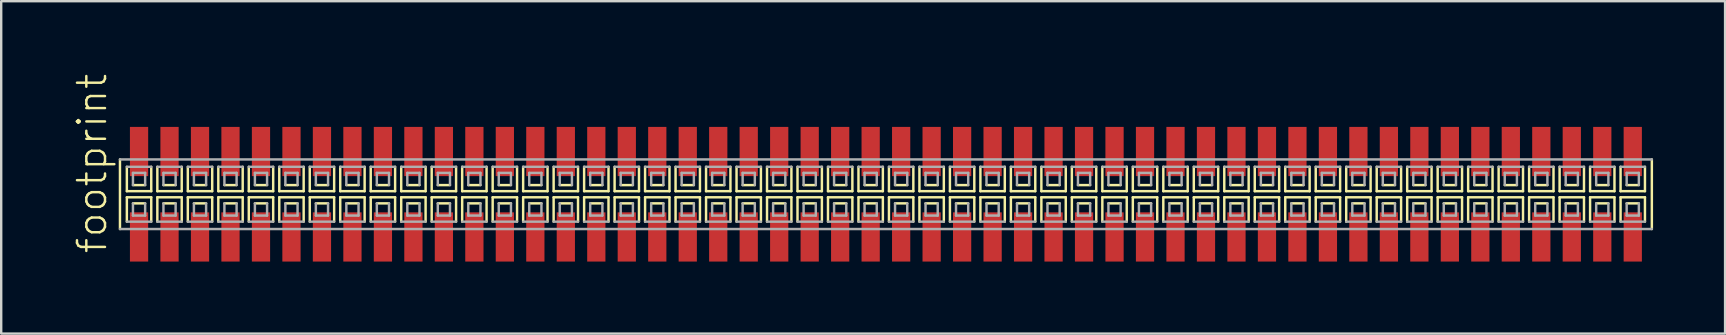
<source format=kicad_pcb>
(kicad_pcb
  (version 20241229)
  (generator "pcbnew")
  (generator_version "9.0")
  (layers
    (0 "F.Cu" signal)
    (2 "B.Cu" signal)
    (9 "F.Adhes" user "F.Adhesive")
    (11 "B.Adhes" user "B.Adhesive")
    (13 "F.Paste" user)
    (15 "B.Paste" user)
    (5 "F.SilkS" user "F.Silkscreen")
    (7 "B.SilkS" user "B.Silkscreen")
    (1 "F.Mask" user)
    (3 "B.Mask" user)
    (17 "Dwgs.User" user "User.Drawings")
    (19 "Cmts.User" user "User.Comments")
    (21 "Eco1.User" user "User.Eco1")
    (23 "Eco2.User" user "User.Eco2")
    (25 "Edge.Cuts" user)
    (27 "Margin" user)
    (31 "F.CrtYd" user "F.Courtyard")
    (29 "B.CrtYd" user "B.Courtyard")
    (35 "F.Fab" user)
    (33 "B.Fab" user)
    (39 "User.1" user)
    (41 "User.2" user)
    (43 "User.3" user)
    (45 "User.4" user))
  (footprint "footprint"
    (layer "F.Cu")
    (at 33.858 5.042)
    (property "Reference" "footprint" (at -32.385 2.54 90) (layer "F.SilkS") (effects (font (size 1.168 1.168) (thickness 0.102)) (justify left bottom)))
    (fp_line (start -31.91 -1.45) (end -31.91 1.45) (stroke (width 0.102) (type solid)) (layer "F.SilkS"))
    (fp_line (start -31.623 -1.143) (end -31.623 -0.127) (stroke (width 0.102) (type solid)) (layer "F.SilkS"))
    (fp_line (start -31.623 -0.127) (end -30.607 -0.127) (stroke (width 0.102) (type solid)) (layer "F.SilkS"))
    (fp_line (start -31.623 0.127) (end -31.623 1.143) (stroke (width 0.102) (type solid)) (layer "F.SilkS"))
    (fp_line (start -31.369 -0.381) (end -30.861 -0.381) (stroke (width 0.102) (type solid)) (layer "F.SilkS"))
    (fp_line (start -30.861 0.381) (end -31.369 0.381) (stroke (width 0.102) (type solid)) (layer "F.SilkS"))
    (fp_line (start -30.607 -0.127) (end -30.607 -1.143) (stroke (width 0.102) (type solid)) (layer "F.SilkS"))
    (fp_line (start -30.607 0.127) (end -31.623 0.127) (stroke (width 0.102) (type solid)) (layer "F.SilkS"))
    (fp_line (start -30.607 1.143) (end -30.607 0.127) (stroke (width 0.102) (type solid)) (layer "F.SilkS"))
    (fp_line (start -30.353 -1.143) (end -30.353 -0.127) (stroke (width 0.102) (type solid)) (layer "F.SilkS"))
    (fp_line (start -30.353 -0.127) (end -29.337 -0.127) (stroke (width 0.102) (type solid)) (layer "F.SilkS"))
    (fp_line (start -30.353 0.127) (end -30.353 1.143) (stroke (width 0.102) (type solid)) (layer "F.SilkS"))
    (fp_line (start -30.099 -0.381) (end -29.591 -0.381) (stroke (width 0.102) (type solid)) (layer "F.SilkS"))
    (fp_line (start -29.591 0.381) (end -30.099 0.381) (stroke (width 0.102) (type solid)) (layer "F.SilkS"))
    (fp_line (start -29.337 -0.127) (end -29.337 -1.143) (stroke (width 0.102) (type solid)) (layer "F.SilkS"))
    (fp_line (start -29.337 0.127) (end -30.353 0.127) (stroke (width 0.102) (type solid)) (layer "F.SilkS"))
    (fp_line (start -29.337 1.143) (end -29.337 0.127) (stroke (width 0.102) (type solid)) (layer "F.SilkS"))
    (fp_line (start -29.083 -1.143) (end -29.083 -0.127) (stroke (width 0.102) (type solid)) (layer "F.SilkS"))
    (fp_line (start -29.083 -0.127) (end -28.067 -0.127) (stroke (width 0.102) (type solid)) (layer "F.SilkS"))
    (fp_line (start -29.083 0.127) (end -29.083 1.143) (stroke (width 0.102) (type solid)) (layer "F.SilkS"))
    (fp_line (start -28.829 -0.381) (end -28.321 -0.381) (stroke (width 0.102) (type solid)) (layer "F.SilkS"))
    (fp_line (start -28.321 0.381) (end -28.829 0.381) (stroke (width 0.102) (type solid)) (layer "F.SilkS"))
    (fp_line (start -28.067 -0.127) (end -28.067 -1.143) (stroke (width 0.102) (type solid)) (layer "F.SilkS"))
    (fp_line (start -28.067 0.127) (end -29.083 0.127) (stroke (width 0.102) (type solid)) (layer "F.SilkS"))
    (fp_line (start -28.067 1.143) (end -28.067 0.127) (stroke (width 0.102) (type solid)) (layer "F.SilkS"))
    (fp_line (start -27.813 -1.143) (end -27.813 -0.127) (stroke (width 0.102) (type solid)) (layer "F.SilkS"))
    (fp_line (start -27.813 -0.127) (end -26.797 -0.127) (stroke (width 0.102) (type solid)) (layer "F.SilkS"))
    (fp_line (start -27.813 0.127) (end -27.813 1.143) (stroke (width 0.102) (type solid)) (layer "F.SilkS"))
    (fp_line (start -27.559 -0.381) (end -27.051 -0.381) (stroke (width 0.102) (type solid)) (layer "F.SilkS"))
    (fp_line (start -27.051 0.381) (end -27.559 0.381) (stroke (width 0.102) (type solid)) (layer "F.SilkS"))
    (fp_line (start -26.797 -0.127) (end -26.797 -1.143) (stroke (width 0.102) (type solid)) (layer "F.SilkS"))
    (fp_line (start -26.797 0.127) (end -27.813 0.127) (stroke (width 0.102) (type solid)) (layer "F.SilkS"))
    (fp_line (start -26.797 1.143) (end -26.797 0.127) (stroke (width 0.102) (type solid)) (layer "F.SilkS"))
    (fp_line (start -26.543 -1.143) (end -26.543 -0.127) (stroke (width 0.102) (type solid)) (layer "F.SilkS"))
    (fp_line (start -26.543 -0.127) (end -25.527 -0.127) (stroke (width 0.102) (type solid)) (layer "F.SilkS"))
    (fp_line (start -26.543 0.127) (end -26.543 1.143) (stroke (width 0.102) (type solid)) (layer "F.SilkS"))
    (fp_line (start -26.289 -0.381) (end -25.781 -0.381) (stroke (width 0.102) (type solid)) (layer "F.SilkS"))
    (fp_line (start -25.781 0.381) (end -26.289 0.381) (stroke (width 0.102) (type solid)) (layer "F.SilkS"))
    (fp_line (start -25.527 -0.127) (end -25.527 -1.143) (stroke (width 0.102) (type solid)) (layer "F.SilkS"))
    (fp_line (start -25.527 0.127) (end -26.543 0.127) (stroke (width 0.102) (type solid)) (layer "F.SilkS"))
    (fp_line (start -25.527 1.143) (end -25.527 0.127) (stroke (width 0.102) (type solid)) (layer "F.SilkS"))
    (fp_line (start -25.273 -1.143) (end -25.273 -0.127) (stroke (width 0.102) (type solid)) (layer "F.SilkS"))
    (fp_line (start -25.273 -0.127) (end -24.257 -0.127) (stroke (width 0.102) (type solid)) (layer "F.SilkS"))
    (fp_line (start -25.273 0.127) (end -25.273 1.143) (stroke (width 0.102) (type solid)) (layer "F.SilkS"))
    (fp_line (start -25.019 -0.381) (end -24.511 -0.381) (stroke (width 0.102) (type solid)) (layer "F.SilkS"))
    (fp_line (start -24.511 0.381) (end -25.019 0.381) (stroke (width 0.102) (type solid)) (layer "F.SilkS"))
    (fp_line (start -24.257 -0.127) (end -24.257 -1.143) (stroke (width 0.102) (type solid)) (layer "F.SilkS"))
    (fp_line (start -24.257 0.127) (end -25.273 0.127) (stroke (width 0.102) (type solid)) (layer "F.SilkS"))
    (fp_line (start -24.257 1.143) (end -24.257 0.127) (stroke (width 0.102) (type solid)) (layer "F.SilkS"))
    (fp_line (start -24.003 -1.143) (end -24.003 -0.127) (stroke (width 0.102) (type solid)) (layer "F.SilkS"))
    (fp_line (start -24.003 -0.127) (end -22.987 -0.127) (stroke (width 0.102) (type solid)) (layer "F.SilkS"))
    (fp_line (start -24.003 0.127) (end -24.003 1.143) (stroke (width 0.102) (type solid)) (layer "F.SilkS"))
    (fp_line (start -23.749 -0.381) (end -23.241 -0.381) (stroke (width 0.102) (type solid)) (layer "F.SilkS"))
    (fp_line (start -23.241 0.381) (end -23.749 0.381) (stroke (width 0.102) (type solid)) (layer "F.SilkS"))
    (fp_line (start -22.987 -0.127) (end -22.987 -1.143) (stroke (width 0.102) (type solid)) (layer "F.SilkS"))
    (fp_line (start -22.987 0.127) (end -24.003 0.127) (stroke (width 0.102) (type solid)) (layer "F.SilkS"))
    (fp_line (start -22.987 1.143) (end -22.987 0.127) (stroke (width 0.102) (type solid)) (layer "F.SilkS"))
    (fp_line (start -22.733 -1.143) (end -22.733 -0.127) (stroke (width 0.102) (type solid)) (layer "F.SilkS"))
    (fp_line (start -22.733 -0.127) (end -21.717 -0.127) (stroke (width 0.102) (type solid)) (layer "F.SilkS"))
    (fp_line (start -22.733 0.127) (end -22.733 1.143) (stroke (width 0.102) (type solid)) (layer "F.SilkS"))
    (fp_line (start -22.479 -0.381) (end -21.971 -0.381) (stroke (width 0.102) (type solid)) (layer "F.SilkS"))
    (fp_line (start -21.971 0.381) (end -22.479 0.381) (stroke (width 0.102) (type solid)) (layer "F.SilkS"))
    (fp_line (start -21.717 -0.127) (end -21.717 -1.143) (stroke (width 0.102) (type solid)) (layer "F.SilkS"))
    (fp_line (start -21.717 0.127) (end -22.733 0.127) (stroke (width 0.102) (type solid)) (layer "F.SilkS"))
    (fp_line (start -21.717 1.143) (end -21.717 0.127) (stroke (width 0.102) (type solid)) (layer "F.SilkS"))
    (fp_line (start -21.463 -1.143) (end -21.463 -0.127) (stroke (width 0.102) (type solid)) (layer "F.SilkS"))
    (fp_line (start -21.463 -0.127) (end -20.447 -0.127) (stroke (width 0.102) (type solid)) (layer "F.SilkS"))
    (fp_line (start -21.463 0.127) (end -21.463 1.143) (stroke (width 0.102) (type solid)) (layer "F.SilkS"))
    (fp_line (start -21.209 -0.381) (end -20.701 -0.381) (stroke (width 0.102) (type solid)) (layer "F.SilkS"))
    (fp_line (start -20.701 0.381) (end -21.209 0.381) (stroke (width 0.102) (type solid)) (layer "F.SilkS"))
    (fp_line (start -20.447 -0.127) (end -20.447 -1.143) (stroke (width 0.102) (type solid)) (layer "F.SilkS"))
    (fp_line (start -20.447 0.127) (end -21.463 0.127) (stroke (width 0.102) (type solid)) (layer "F.SilkS"))
    (fp_line (start -20.447 1.143) (end -20.447 0.127) (stroke (width 0.102) (type solid)) (layer "F.SilkS"))
    (fp_line (start -20.193 -1.143) (end -20.193 -0.127) (stroke (width 0.102) (type solid)) (layer "F.SilkS"))
    (fp_line (start -20.193 -0.127) (end -19.177 -0.127) (stroke (width 0.102) (type solid)) (layer "F.SilkS"))
    (fp_line (start -20.193 0.127) (end -20.193 1.143) (stroke (width 0.102) (type solid)) (layer "F.SilkS"))
    (fp_line (start -19.939 -0.381) (end -19.431 -0.381) (stroke (width 0.102) (type solid)) (layer "F.SilkS"))
    (fp_line (start -19.431 0.381) (end -19.939 0.381) (stroke (width 0.102) (type solid)) (layer "F.SilkS"))
    (fp_line (start -19.177 -0.127) (end -19.177 -1.143) (stroke (width 0.102) (type solid)) (layer "F.SilkS"))
    (fp_line (start -19.177 0.127) (end -20.193 0.127) (stroke (width 0.102) (type solid)) (layer "F.SilkS"))
    (fp_line (start -19.177 1.143) (end -19.177 0.127) (stroke (width 0.102) (type solid)) (layer "F.SilkS"))
    (fp_line (start -18.923 -1.143) (end -18.923 -0.127) (stroke (width 0.102) (type solid)) (layer "F.SilkS"))
    (fp_line (start -18.923 -0.127) (end -17.907 -0.127) (stroke (width 0.102) (type solid)) (layer "F.SilkS"))
    (fp_line (start -18.923 0.127) (end -18.923 1.143) (stroke (width 0.102) (type solid)) (layer "F.SilkS"))
    (fp_line (start -18.669 -0.381) (end -18.161 -0.381) (stroke (width 0.102) (type solid)) (layer "F.SilkS"))
    (fp_line (start -18.161 0.381) (end -18.669 0.381) (stroke (width 0.102) (type solid)) (layer "F.SilkS"))
    (fp_line (start -17.907 -0.127) (end -17.907 -1.143) (stroke (width 0.102) (type solid)) (layer "F.SilkS"))
    (fp_line (start -17.907 0.127) (end -18.923 0.127) (stroke (width 0.102) (type solid)) (layer "F.SilkS"))
    (fp_line (start -17.907 1.143) (end -17.907 0.127) (stroke (width 0.102) (type solid)) (layer "F.SilkS"))
    (fp_line (start -17.653 -1.143) (end -17.653 -0.127) (stroke (width 0.102) (type solid)) (layer "F.SilkS"))
    (fp_line (start -17.653 -0.127) (end -16.637 -0.127) (stroke (width 0.102) (type solid)) (layer "F.SilkS"))
    (fp_line (start -17.653 0.127) (end -17.653 1.143) (stroke (width 0.102) (type solid)) (layer "F.SilkS"))
    (fp_line (start -17.399 -0.381) (end -16.891 -0.381) (stroke (width 0.102) (type solid)) (layer "F.SilkS"))
    (fp_line (start -16.891 0.381) (end -17.399 0.381) (stroke (width 0.102) (type solid)) (layer "F.SilkS"))
    (fp_line (start -16.637 -0.127) (end -16.637 -1.143) (stroke (width 0.102) (type solid)) (layer "F.SilkS"))
    (fp_line (start -16.637 0.127) (end -17.653 0.127) (stroke (width 0.102) (type solid)) (layer "F.SilkS"))
    (fp_line (start -16.637 1.143) (end -16.637 0.127) (stroke (width 0.102) (type solid)) (layer "F.SilkS"))
    (fp_line (start -16.383 -1.143) (end -16.383 -0.127) (stroke (width 0.102) (type solid)) (layer "F.SilkS"))
    (fp_line (start -16.383 -0.127) (end -15.367 -0.127) (stroke (width 0.102) (type solid)) (layer "F.SilkS"))
    (fp_line (start -16.383 0.127) (end -16.383 1.143) (stroke (width 0.102) (type solid)) (layer "F.SilkS"))
    (fp_line (start -16.129 -0.381) (end -15.621 -0.381) (stroke (width 0.102) (type solid)) (layer "F.SilkS"))
    (fp_line (start -15.621 0.381) (end -16.129 0.381) (stroke (width 0.102) (type solid)) (layer "F.SilkS"))
    (fp_line (start -15.367 -0.127) (end -15.367 -1.143) (stroke (width 0.102) (type solid)) (layer "F.SilkS"))
    (fp_line (start -15.367 0.127) (end -16.383 0.127) (stroke (width 0.102) (type solid)) (layer "F.SilkS"))
    (fp_line (start -15.367 1.143) (end -15.367 0.127) (stroke (width 0.102) (type solid)) (layer "F.SilkS"))
    (fp_line (start -15.113 -1.143) (end -15.113 -0.127) (stroke (width 0.102) (type solid)) (layer "F.SilkS"))
    (fp_line (start -15.113 -0.127) (end -14.097 -0.127) (stroke (width 0.102) (type solid)) (layer "F.SilkS"))
    (fp_line (start -15.113 0.127) (end -15.113 1.143) (stroke (width 0.102) (type solid)) (layer "F.SilkS"))
    (fp_line (start -14.859 -0.381) (end -14.351 -0.381) (stroke (width 0.102) (type solid)) (layer "F.SilkS"))
    (fp_line (start -14.351 0.381) (end -14.859 0.381) (stroke (width 0.102) (type solid)) (layer "F.SilkS"))
    (fp_line (start -14.097 -0.127) (end -14.097 -1.143) (stroke (width 0.102) (type solid)) (layer "F.SilkS"))
    (fp_line (start -14.097 0.127) (end -15.113 0.127) (stroke (width 0.102) (type solid)) (layer "F.SilkS"))
    (fp_line (start -14.097 1.143) (end -14.097 0.127) (stroke (width 0.102) (type solid)) (layer "F.SilkS"))
    (fp_line (start -13.843 -1.143) (end -13.843 -0.127) (stroke (width 0.102) (type solid)) (layer "F.SilkS"))
    (fp_line (start -13.843 -0.127) (end -12.827 -0.127) (stroke (width 0.102) (type solid)) (layer "F.SilkS"))
    (fp_line (start -13.843 0.127) (end -13.843 1.143) (stroke (width 0.102) (type solid)) (layer "F.SilkS"))
    (fp_line (start -13.589 -0.381) (end -13.081 -0.381) (stroke (width 0.102) (type solid)) (layer "F.SilkS"))
    (fp_line (start -13.081 0.381) (end -13.589 0.381) (stroke (width 0.102) (type solid)) (layer "F.SilkS"))
    (fp_line (start -12.827 -0.127) (end -12.827 -1.143) (stroke (width 0.102) (type solid)) (layer "F.SilkS"))
    (fp_line (start -12.827 0.127) (end -13.843 0.127) (stroke (width 0.102) (type solid)) (layer "F.SilkS"))
    (fp_line (start -12.827 1.143) (end -12.827 0.127) (stroke (width 0.102) (type solid)) (layer "F.SilkS"))
    (fp_line (start -12.573 -1.143) (end -12.573 -0.127) (stroke (width 0.102) (type solid)) (layer "F.SilkS"))
    (fp_line (start -12.573 -0.127) (end -11.557 -0.127) (stroke (width 0.102) (type solid)) (layer "F.SilkS"))
    (fp_line (start -12.573 0.127) (end -12.573 1.143) (stroke (width 0.102) (type solid)) (layer "F.SilkS"))
    (fp_line (start -12.319 -0.381) (end -11.811 -0.381) (stroke (width 0.102) (type solid)) (layer "F.SilkS"))
    (fp_line (start -11.811 0.381) (end -12.319 0.381) (stroke (width 0.102) (type solid)) (layer "F.SilkS"))
    (fp_line (start -11.557 -0.127) (end -11.557 -1.143) (stroke (width 0.102) (type solid)) (layer "F.SilkS"))
    (fp_line (start -11.557 0.127) (end -12.573 0.127) (stroke (width 0.102) (type solid)) (layer "F.SilkS"))
    (fp_line (start -11.557 1.143) (end -11.557 0.127) (stroke (width 0.102) (type solid)) (layer "F.SilkS"))
    (fp_line (start -11.303 -1.143) (end -11.303 -0.127) (stroke (width 0.102) (type solid)) (layer "F.SilkS"))
    (fp_line (start -11.303 -0.127) (end -10.287 -0.127) (stroke (width 0.102) (type solid)) (layer "F.SilkS"))
    (fp_line (start -11.303 0.127) (end -11.303 1.143) (stroke (width 0.102) (type solid)) (layer "F.SilkS"))
    (fp_line (start -11.049 -0.381) (end -10.541 -0.381) (stroke (width 0.102) (type solid)) (layer "F.SilkS"))
    (fp_line (start -10.541 0.381) (end -11.049 0.381) (stroke (width 0.102) (type solid)) (layer "F.SilkS"))
    (fp_line (start -10.287 -0.127) (end -10.287 -1.143) (stroke (width 0.102) (type solid)) (layer "F.SilkS"))
    (fp_line (start -10.287 0.127) (end -11.303 0.127) (stroke (width 0.102) (type solid)) (layer "F.SilkS"))
    (fp_line (start -10.287 1.143) (end -10.287 0.127) (stroke (width 0.102) (type solid)) (layer "F.SilkS"))
    (fp_line (start -10.033 -1.143) (end -10.033 -0.127) (stroke (width 0.102) (type solid)) (layer "F.SilkS"))
    (fp_line (start -10.033 -0.127) (end -9.017 -0.127) (stroke (width 0.102) (type solid)) (layer "F.SilkS"))
    (fp_line (start -10.033 0.127) (end -10.033 1.143) (stroke (width 0.102) (type solid)) (layer "F.SilkS"))
    (fp_line (start -9.779 -0.381) (end -9.271 -0.381) (stroke (width 0.102) (type solid)) (layer "F.SilkS"))
    (fp_line (start -9.271 0.381) (end -9.779 0.381) (stroke (width 0.102) (type solid)) (layer "F.SilkS"))
    (fp_line (start -9.017 -0.127) (end -9.017 -1.143) (stroke (width 0.102) (type solid)) (layer "F.SilkS"))
    (fp_line (start -9.017 0.127) (end -10.033 0.127) (stroke (width 0.102) (type solid)) (layer "F.SilkS"))
    (fp_line (start -9.017 1.143) (end -9.017 0.127) (stroke (width 0.102) (type solid)) (layer "F.SilkS"))
    (fp_line (start -8.763 -1.143) (end -8.763 -0.127) (stroke (width 0.102) (type solid)) (layer "F.SilkS"))
    (fp_line (start -8.763 -0.127) (end -7.747 -0.127) (stroke (width 0.102) (type solid)) (layer "F.SilkS"))
    (fp_line (start -8.763 0.127) (end -8.763 1.143) (stroke (width 0.102) (type solid)) (layer "F.SilkS"))
    (fp_line (start -8.509 -0.381) (end -8.001 -0.381) (stroke (width 0.102) (type solid)) (layer "F.SilkS"))
    (fp_line (start -8.001 0.381) (end -8.509 0.381) (stroke (width 0.102) (type solid)) (layer "F.SilkS"))
    (fp_line (start -7.747 -0.127) (end -7.747 -1.143) (stroke (width 0.102) (type solid)) (layer "F.SilkS"))
    (fp_line (start -7.747 0.127) (end -8.763 0.127) (stroke (width 0.102) (type solid)) (layer "F.SilkS"))
    (fp_line (start -7.747 1.143) (end -7.747 0.127) (stroke (width 0.102) (type solid)) (layer "F.SilkS"))
    (fp_line (start -7.493 -1.143) (end -7.493 -0.127) (stroke (width 0.102) (type solid)) (layer "F.SilkS"))
    (fp_line (start -7.493 -0.127) (end -6.477 -0.127) (stroke (width 0.102) (type solid)) (layer "F.SilkS"))
    (fp_line (start -7.493 0.127) (end -7.493 1.143) (stroke (width 0.102) (type solid)) (layer "F.SilkS"))
    (fp_line (start -7.239 -0.381) (end -6.731 -0.381) (stroke (width 0.102) (type solid)) (layer "F.SilkS"))
    (fp_line (start -6.731 0.381) (end -7.239 0.381) (stroke (width 0.102) (type solid)) (layer "F.SilkS"))
    (fp_line (start -6.477 -0.127) (end -6.477 -1.143) (stroke (width 0.102) (type solid)) (layer "F.SilkS"))
    (fp_line (start -6.477 0.127) (end -7.493 0.127) (stroke (width 0.102) (type solid)) (layer "F.SilkS"))
    (fp_line (start -6.477 1.143) (end -6.477 0.127) (stroke (width 0.102) (type solid)) (layer "F.SilkS"))
    (fp_line (start -6.223 -1.143) (end -6.223 -0.127) (stroke (width 0.102) (type solid)) (layer "F.SilkS"))
    (fp_line (start -6.223 -0.127) (end -5.207 -0.127) (stroke (width 0.102) (type solid)) (layer "F.SilkS"))
    (fp_line (start -6.223 0.127) (end -6.223 1.143) (stroke (width 0.102) (type solid)) (layer "F.SilkS"))
    (fp_line (start -5.969 -0.381) (end -5.461 -0.381) (stroke (width 0.102) (type solid)) (layer "F.SilkS"))
    (fp_line (start -5.461 0.381) (end -5.969 0.381) (stroke (width 0.102) (type solid)) (layer "F.SilkS"))
    (fp_line (start -5.207 -0.127) (end -5.207 -1.143) (stroke (width 0.102) (type solid)) (layer "F.SilkS"))
    (fp_line (start -5.207 0.127) (end -6.223 0.127) (stroke (width 0.102) (type solid)) (layer "F.SilkS"))
    (fp_line (start -5.207 1.143) (end -5.207 0.127) (stroke (width 0.102) (type solid)) (layer "F.SilkS"))
    (fp_line (start -4.953 -1.143) (end -4.953 -0.127) (stroke (width 0.102) (type solid)) (layer "F.SilkS"))
    (fp_line (start -4.953 -0.127) (end -3.937 -0.127) (stroke (width 0.102) (type solid)) (layer "F.SilkS"))
    (fp_line (start -4.953 0.127) (end -4.953 1.143) (stroke (width 0.102) (type solid)) (layer "F.SilkS"))
    (fp_line (start -4.699 -0.381) (end -4.191 -0.381) (stroke (width 0.102) (type solid)) (layer "F.SilkS"))
    (fp_line (start -4.191 0.381) (end -4.699 0.381) (stroke (width 0.102) (type solid)) (layer "F.SilkS"))
    (fp_line (start -3.937 -0.127) (end -3.937 -1.143) (stroke (width 0.102) (type solid)) (layer "F.SilkS"))
    (fp_line (start -3.937 0.127) (end -4.953 0.127) (stroke (width 0.102) (type solid)) (layer "F.SilkS"))
    (fp_line (start -3.937 1.143) (end -3.937 0.127) (stroke (width 0.102) (type solid)) (layer "F.SilkS"))
    (fp_line (start -3.683 -1.143) (end -3.683 -0.127) (stroke (width 0.102) (type solid)) (layer "F.SilkS"))
    (fp_line (start -3.683 -0.127) (end -2.667 -0.127) (stroke (width 0.102) (type solid)) (layer "F.SilkS"))
    (fp_line (start -3.683 0.127) (end -3.683 1.143) (stroke (width 0.102) (type solid)) (layer "F.SilkS"))
    (fp_line (start -3.429 -0.381) (end -2.921 -0.381) (stroke (width 0.102) (type solid)) (layer "F.SilkS"))
    (fp_line (start -2.921 0.381) (end -3.429 0.381) (stroke (width 0.102) (type solid)) (layer "F.SilkS"))
    (fp_line (start -2.667 -0.127) (end -2.667 -1.143) (stroke (width 0.102) (type solid)) (layer "F.SilkS"))
    (fp_line (start -2.667 0.127) (end -3.683 0.127) (stroke (width 0.102) (type solid)) (layer "F.SilkS"))
    (fp_line (start -2.667 1.143) (end -2.667 0.127) (stroke (width 0.102) (type solid)) (layer "F.SilkS"))
    (fp_line (start -2.413 -1.143) (end -2.413 -0.127) (stroke (width 0.102) (type solid)) (layer "F.SilkS"))
    (fp_line (start -2.413 -0.127) (end -1.397 -0.127) (stroke (width 0.102) (type solid)) (layer "F.SilkS"))
    (fp_line (start -2.413 0.127) (end -2.413 1.143) (stroke (width 0.102) (type solid)) (layer "F.SilkS"))
    (fp_line (start -2.159 -0.381) (end -1.651 -0.381) (stroke (width 0.102) (type solid)) (layer "F.SilkS"))
    (fp_line (start -1.651 0.381) (end -2.159 0.381) (stroke (width 0.102) (type solid)) (layer "F.SilkS"))
    (fp_line (start -1.397 -0.127) (end -1.397 -1.143) (stroke (width 0.102) (type solid)) (layer "F.SilkS"))
    (fp_line (start -1.397 0.127) (end -2.413 0.127) (stroke (width 0.102) (type solid)) (layer "F.SilkS"))
    (fp_line (start -1.397 1.143) (end -1.397 0.127) (stroke (width 0.102) (type solid)) (layer "F.SilkS"))
    (fp_line (start -1.143 -1.143) (end -1.143 -0.127) (stroke (width 0.102) (type solid)) (layer "F.SilkS"))
    (fp_line (start -1.143 -0.127) (end -0.127 -0.127) (stroke (width 0.102) (type solid)) (layer "F.SilkS"))
    (fp_line (start -1.143 0.127) (end -1.143 1.143) (stroke (width 0.102) (type solid)) (layer "F.SilkS"))
    (fp_line (start -0.889 -0.381) (end -0.381 -0.381) (stroke (width 0.102) (type solid)) (layer "F.SilkS"))
    (fp_line (start -0.381 0.381) (end -0.889 0.381) (stroke (width 0.102) (type solid)) (layer "F.SilkS"))
    (fp_line (start -0.127 -0.127) (end -0.127 -1.143) (stroke (width 0.102) (type solid)) (layer "F.SilkS"))
    (fp_line (start -0.127 0.127) (end -1.143 0.127) (stroke (width 0.102) (type solid)) (layer "F.SilkS"))
    (fp_line (start -0.127 1.143) (end -0.127 0.127) (stroke (width 0.102) (type solid)) (layer "F.SilkS"))
    (fp_line (start 0.127 -1.143) (end 0.127 -0.127) (stroke (width 0.102) (type solid)) (layer "F.SilkS"))
    (fp_line (start 0.127 -0.127) (end 1.143 -0.127) (stroke (width 0.102) (type solid)) (layer "F.SilkS"))
    (fp_line (start 0.127 0.127) (end 0.127 1.143) (stroke (width 0.102) (type solid)) (layer "F.SilkS"))
    (fp_line (start 0.381 -0.381) (end 0.889 -0.381) (stroke (width 0.102) (type solid)) (layer "F.SilkS"))
    (fp_line (start 0.889 0.381) (end 0.381 0.381) (stroke (width 0.102) (type solid)) (layer "F.SilkS"))
    (fp_line (start 1.143 -0.127) (end 1.143 -1.143) (stroke (width 0.102) (type solid)) (layer "F.SilkS"))
    (fp_line (start 1.143 0.127) (end 0.127 0.127) (stroke (width 0.102) (type solid)) (layer "F.SilkS"))
    (fp_line (start 1.143 1.143) (end 1.143 0.127) (stroke (width 0.102) (type solid)) (layer "F.SilkS"))
    (fp_line (start 1.397 -1.143) (end 1.397 -0.127) (stroke (width 0.102) (type solid)) (layer "F.SilkS"))
    (fp_line (start 1.397 -0.127) (end 2.413 -0.127) (stroke (width 0.102) (type solid)) (layer "F.SilkS"))
    (fp_line (start 1.397 0.127) (end 1.397 1.143) (stroke (width 0.102) (type solid)) (layer "F.SilkS"))
    (fp_line (start 1.651 -0.381) (end 2.159 -0.381) (stroke (width 0.102) (type solid)) (layer "F.SilkS"))
    (fp_line (start 2.159 0.381) (end 1.651 0.381) (stroke (width 0.102) (type solid)) (layer "F.SilkS"))
    (fp_line (start 2.413 -0.127) (end 2.413 -1.143) (stroke (width 0.102) (type solid)) (layer "F.SilkS"))
    (fp_line (start 2.413 0.127) (end 1.397 0.127) (stroke (width 0.102) (type solid)) (layer "F.SilkS"))
    (fp_line (start 2.413 1.143) (end 2.413 0.127) (stroke (width 0.102) (type solid)) (layer "F.SilkS"))
    (fp_line (start 2.667 -1.143) (end 2.667 -0.127) (stroke (width 0.102) (type solid)) (layer "F.SilkS"))
    (fp_line (start 2.667 -0.127) (end 3.683 -0.127) (stroke (width 0.102) (type solid)) (layer "F.SilkS"))
    (fp_line (start 2.667 0.127) (end 2.667 1.143) (stroke (width 0.102) (type solid)) (layer "F.SilkS"))
    (fp_line (start 2.921 -0.381) (end 3.429 -0.381) (stroke (width 0.102) (type solid)) (layer "F.SilkS"))
    (fp_line (start 3.429 0.381) (end 2.921 0.381) (stroke (width 0.102) (type solid)) (layer "F.SilkS"))
    (fp_line (start 3.683 -0.127) (end 3.683 -1.143) (stroke (width 0.102) (type solid)) (layer "F.SilkS"))
    (fp_line (start 3.683 0.127) (end 2.667 0.127) (stroke (width 0.102) (type solid)) (layer "F.SilkS"))
    (fp_line (start 3.683 1.143) (end 3.683 0.127) (stroke (width 0.102) (type solid)) (layer "F.SilkS"))
    (fp_line (start 3.937 -1.143) (end 3.937 -0.127) (stroke (width 0.102) (type solid)) (layer "F.SilkS"))
    (fp_line (start 3.937 -0.127) (end 4.953 -0.127) (stroke (width 0.102) (type solid)) (layer "F.SilkS"))
    (fp_line (start 3.937 0.127) (end 3.937 1.143) (stroke (width 0.102) (type solid)) (layer "F.SilkS"))
    (fp_line (start 4.191 -0.381) (end 4.699 -0.381) (stroke (width 0.102) (type solid)) (layer "F.SilkS"))
    (fp_line (start 4.699 0.381) (end 4.191 0.381) (stroke (width 0.102) (type solid)) (layer "F.SilkS"))
    (fp_line (start 4.953 -0.127) (end 4.953 -1.143) (stroke (width 0.102) (type solid)) (layer "F.SilkS"))
    (fp_line (start 4.953 0.127) (end 3.937 0.127) (stroke (width 0.102) (type solid)) (layer "F.SilkS"))
    (fp_line (start 4.953 1.143) (end 4.953 0.127) (stroke (width 0.102) (type solid)) (layer "F.SilkS"))
    (fp_line (start 5.207 -1.143) (end 5.207 -0.127) (stroke (width 0.102) (type solid)) (layer "F.SilkS"))
    (fp_line (start 5.207 -0.127) (end 6.223 -0.127) (stroke (width 0.102) (type solid)) (layer "F.SilkS"))
    (fp_line (start 5.207 0.127) (end 5.207 1.143) (stroke (width 0.102) (type solid)) (layer "F.SilkS"))
    (fp_line (start 5.461 -0.381) (end 5.969 -0.381) (stroke (width 0.102) (type solid)) (layer "F.SilkS"))
    (fp_line (start 5.969 0.381) (end 5.461 0.381) (stroke (width 0.102) (type solid)) (layer "F.SilkS"))
    (fp_line (start 6.223 -0.127) (end 6.223 -1.143) (stroke (width 0.102) (type solid)) (layer "F.SilkS"))
    (fp_line (start 6.223 0.127) (end 5.207 0.127) (stroke (width 0.102) (type solid)) (layer "F.SilkS"))
    (fp_line (start 6.223 1.143) (end 6.223 0.127) (stroke (width 0.102) (type solid)) (layer "F.SilkS"))
    (fp_line (start 6.477 -1.143) (end 6.477 -0.127) (stroke (width 0.102) (type solid)) (layer "F.SilkS"))
    (fp_line (start 6.477 -0.127) (end 7.493 -0.127) (stroke (width 0.102) (type solid)) (layer "F.SilkS"))
    (fp_line (start 6.477 0.127) (end 6.477 1.143) (stroke (width 0.102) (type solid)) (layer "F.SilkS"))
    (fp_line (start 6.731 -0.381) (end 7.239 -0.381) (stroke (width 0.102) (type solid)) (layer "F.SilkS"))
    (fp_line (start 7.239 0.381) (end 6.731 0.381) (stroke (width 0.102) (type solid)) (layer "F.SilkS"))
    (fp_line (start 7.493 -0.127) (end 7.493 -1.143) (stroke (width 0.102) (type solid)) (layer "F.SilkS"))
    (fp_line (start 7.493 0.127) (end 6.477 0.127) (stroke (width 0.102) (type solid)) (layer "F.SilkS"))
    (fp_line (start 7.493 1.143) (end 7.493 0.127) (stroke (width 0.102) (type solid)) (layer "F.SilkS"))
    (fp_line (start 7.747 -1.143) (end 7.747 -0.127) (stroke (width 0.102) (type solid)) (layer "F.SilkS"))
    (fp_line (start 7.747 -0.127) (end 8.763 -0.127) (stroke (width 0.102) (type solid)) (layer "F.SilkS"))
    (fp_line (start 7.747 0.127) (end 7.747 1.143) (stroke (width 0.102) (type solid)) (layer "F.SilkS"))
    (fp_line (start 8.001 -0.381) (end 8.509 -0.381) (stroke (width 0.102) (type solid)) (layer "F.SilkS"))
    (fp_line (start 8.509 0.381) (end 8.001 0.381) (stroke (width 0.102) (type solid)) (layer "F.SilkS"))
    (fp_line (start 8.763 -0.127) (end 8.763 -1.143) (stroke (width 0.102) (type solid)) (layer "F.SilkS"))
    (fp_line (start 8.763 0.127) (end 7.747 0.127) (stroke (width 0.102) (type solid)) (layer "F.SilkS"))
    (fp_line (start 8.763 1.143) (end 8.763 0.127) (stroke (width 0.102) (type solid)) (layer "F.SilkS"))
    (fp_line (start 9.017 -1.143) (end 9.017 -0.127) (stroke (width 0.102) (type solid)) (layer "F.SilkS"))
    (fp_line (start 9.017 -0.127) (end 10.033 -0.127) (stroke (width 0.102) (type solid)) (layer "F.SilkS"))
    (fp_line (start 9.017 0.127) (end 9.017 1.143) (stroke (width 0.102) (type solid)) (layer "F.SilkS"))
    (fp_line (start 9.271 -0.381) (end 9.779 -0.381) (stroke (width 0.102) (type solid)) (layer "F.SilkS"))
    (fp_line (start 9.779 0.381) (end 9.271 0.381) (stroke (width 0.102) (type solid)) (layer "F.SilkS"))
    (fp_line (start 10.033 -0.127) (end 10.033 -1.143) (stroke (width 0.102) (type solid)) (layer "F.SilkS"))
    (fp_line (start 10.033 0.127) (end 9.017 0.127) (stroke (width 0.102) (type solid)) (layer "F.SilkS"))
    (fp_line (start 10.033 1.143) (end 10.033 0.127) (stroke (width 0.102) (type solid)) (layer "F.SilkS"))
    (fp_line (start 10.287 -1.143) (end 10.287 -0.127) (stroke (width 0.102) (type solid)) (layer "F.SilkS"))
    (fp_line (start 10.287 -0.127) (end 11.303 -0.127) (stroke (width 0.102) (type solid)) (layer "F.SilkS"))
    (fp_line (start 10.287 0.127) (end 10.287 1.143) (stroke (width 0.102) (type solid)) (layer "F.SilkS"))
    (fp_line (start 10.541 -0.381) (end 11.049 -0.381) (stroke (width 0.102) (type solid)) (layer "F.SilkS"))
    (fp_line (start 11.049 0.381) (end 10.541 0.381) (stroke (width 0.102) (type solid)) (layer "F.SilkS"))
    (fp_line (start 11.303 -0.127) (end 11.303 -1.143) (stroke (width 0.102) (type solid)) (layer "F.SilkS"))
    (fp_line (start 11.303 0.127) (end 10.287 0.127) (stroke (width 0.102) (type solid)) (layer "F.SilkS"))
    (fp_line (start 11.303 1.143) (end 11.303 0.127) (stroke (width 0.102) (type solid)) (layer "F.SilkS"))
    (fp_line (start 11.557 -1.143) (end 11.557 -0.127) (stroke (width 0.102) (type solid)) (layer "F.SilkS"))
    (fp_line (start 11.557 -0.127) (end 12.573 -0.127) (stroke (width 0.102) (type solid)) (layer "F.SilkS"))
    (fp_line (start 11.557 0.127) (end 11.557 1.143) (stroke (width 0.102) (type solid)) (layer "F.SilkS"))
    (fp_line (start 11.811 -0.381) (end 12.319 -0.381) (stroke (width 0.102) (type solid)) (layer "F.SilkS"))
    (fp_line (start 12.319 0.381) (end 11.811 0.381) (stroke (width 0.102) (type solid)) (layer "F.SilkS"))
    (fp_line (start 12.573 -0.127) (end 12.573 -1.143) (stroke (width 0.102) (type solid)) (layer "F.SilkS"))
    (fp_line (start 12.573 0.127) (end 11.557 0.127) (stroke (width 0.102) (type solid)) (layer "F.SilkS"))
    (fp_line (start 12.573 1.143) (end 12.573 0.127) (stroke (width 0.102) (type solid)) (layer "F.SilkS"))
    (fp_line (start 12.827 -1.143) (end 12.827 -0.127) (stroke (width 0.102) (type solid)) (layer "F.SilkS"))
    (fp_line (start 12.827 -0.127) (end 13.843 -0.127) (stroke (width 0.102) (type solid)) (layer "F.SilkS"))
    (fp_line (start 12.827 0.127) (end 12.827 1.143) (stroke (width 0.102) (type solid)) (layer "F.SilkS"))
    (fp_line (start 13.081 -0.381) (end 13.589 -0.381) (stroke (width 0.102) (type solid)) (layer "F.SilkS"))
    (fp_line (start 13.589 0.381) (end 13.081 0.381) (stroke (width 0.102) (type solid)) (layer "F.SilkS"))
    (fp_line (start 13.843 -0.127) (end 13.843 -1.143) (stroke (width 0.102) (type solid)) (layer "F.SilkS"))
    (fp_line (start 13.843 0.127) (end 12.827 0.127) (stroke (width 0.102) (type solid)) (layer "F.SilkS"))
    (fp_line (start 13.843 1.143) (end 13.843 0.127) (stroke (width 0.102) (type solid)) (layer "F.SilkS"))
    (fp_line (start 14.097 -1.143) (end 14.097 -0.127) (stroke (width 0.102) (type solid)) (layer "F.SilkS"))
    (fp_line (start 14.097 -0.127) (end 15.113 -0.127) (stroke (width 0.102) (type solid)) (layer "F.SilkS"))
    (fp_line (start 14.097 0.127) (end 14.097 1.143) (stroke (width 0.102) (type solid)) (layer "F.SilkS"))
    (fp_line (start 14.351 -0.381) (end 14.859 -0.381) (stroke (width 0.102) (type solid)) (layer "F.SilkS"))
    (fp_line (start 14.859 0.381) (end 14.351 0.381) (stroke (width 0.102) (type solid)) (layer "F.SilkS"))
    (fp_line (start 15.113 -0.127) (end 15.113 -1.143) (stroke (width 0.102) (type solid)) (layer "F.SilkS"))
    (fp_line (start 15.113 0.127) (end 14.097 0.127) (stroke (width 0.102) (type solid)) (layer "F.SilkS"))
    (fp_line (start 15.113 1.143) (end 15.113 0.127) (stroke (width 0.102) (type solid)) (layer "F.SilkS"))
    (fp_line (start 15.367 -1.143) (end 15.367 -0.127) (stroke (width 0.102) (type solid)) (layer "F.SilkS"))
    (fp_line (start 15.367 -0.127) (end 16.383 -0.127) (stroke (width 0.102) (type solid)) (layer "F.SilkS"))
    (fp_line (start 15.367 0.127) (end 15.367 1.143) (stroke (width 0.102) (type solid)) (layer "F.SilkS"))
    (fp_line (start 15.621 -0.381) (end 16.129 -0.381) (stroke (width 0.102) (type solid)) (layer "F.SilkS"))
    (fp_line (start 16.129 0.381) (end 15.621 0.381) (stroke (width 0.102) (type solid)) (layer "F.SilkS"))
    (fp_line (start 16.383 -0.127) (end 16.383 -1.143) (stroke (width 0.102) (type solid)) (layer "F.SilkS"))
    (fp_line (start 16.383 0.127) (end 15.367 0.127) (stroke (width 0.102) (type solid)) (layer "F.SilkS"))
    (fp_line (start 16.383 1.143) (end 16.383 0.127) (stroke (width 0.102) (type solid)) (layer "F.SilkS"))
    (fp_line (start 16.637 -1.143) (end 16.637 -0.127) (stroke (width 0.102) (type solid)) (layer "F.SilkS"))
    (fp_line (start 16.637 -0.127) (end 17.653 -0.127) (stroke (width 0.102) (type solid)) (layer "F.SilkS"))
    (fp_line (start 16.637 0.127) (end 16.637 1.143) (stroke (width 0.102) (type solid)) (layer "F.SilkS"))
    (fp_line (start 16.891 -0.381) (end 17.399 -0.381) (stroke (width 0.102) (type solid)) (layer "F.SilkS"))
    (fp_line (start 17.399 0.381) (end 16.891 0.381) (stroke (width 0.102) (type solid)) (layer "F.SilkS"))
    (fp_line (start 17.653 -0.127) (end 17.653 -1.143) (stroke (width 0.102) (type solid)) (layer "F.SilkS"))
    (fp_line (start 17.653 0.127) (end 16.637 0.127) (stroke (width 0.102) (type solid)) (layer "F.SilkS"))
    (fp_line (start 17.653 1.143) (end 17.653 0.127) (stroke (width 0.102) (type solid)) (layer "F.SilkS"))
    (fp_line (start 17.907 -1.143) (end 17.907 -0.127) (stroke (width 0.102) (type solid)) (layer "F.SilkS"))
    (fp_line (start 17.907 -0.127) (end 18.923 -0.127) (stroke (width 0.102) (type solid)) (layer "F.SilkS"))
    (fp_line (start 17.907 0.127) (end 17.907 1.143) (stroke (width 0.102) (type solid)) (layer "F.SilkS"))
    (fp_line (start 18.161 -0.381) (end 18.669 -0.381) (stroke (width 0.102) (type solid)) (layer "F.SilkS"))
    (fp_line (start 18.669 0.381) (end 18.161 0.381) (stroke (width 0.102) (type solid)) (layer "F.SilkS"))
    (fp_line (start 18.923 -0.127) (end 18.923 -1.143) (stroke (width 0.102) (type solid)) (layer "F.SilkS"))
    (fp_line (start 18.923 0.127) (end 17.907 0.127) (stroke (width 0.102) (type solid)) (layer "F.SilkS"))
    (fp_line (start 18.923 1.143) (end 18.923 0.127) (stroke (width 0.102) (type solid)) (layer "F.SilkS"))
    (fp_line (start 19.177 -1.143) (end 19.177 -0.127) (stroke (width 0.102) (type solid)) (layer "F.SilkS"))
    (fp_line (start 19.177 -0.127) (end 20.193 -0.127) (stroke (width 0.102) (type solid)) (layer "F.SilkS"))
    (fp_line (start 19.177 0.127) (end 19.177 1.143) (stroke (width 0.102) (type solid)) (layer "F.SilkS"))
    (fp_line (start 19.431 -0.381) (end 19.939 -0.381) (stroke (width 0.102) (type solid)) (layer "F.SilkS"))
    (fp_line (start 19.939 0.381) (end 19.431 0.381) (stroke (width 0.102) (type solid)) (layer "F.SilkS"))
    (fp_line (start 20.193 -0.127) (end 20.193 -1.143) (stroke (width 0.102) (type solid)) (layer "F.SilkS"))
    (fp_line (start 20.193 0.127) (end 19.177 0.127) (stroke (width 0.102) (type solid)) (layer "F.SilkS"))
    (fp_line (start 20.193 1.143) (end 20.193 0.127) (stroke (width 0.102) (type solid)) (layer "F.SilkS"))
    (fp_line (start 20.447 -1.143) (end 20.447 -0.127) (stroke (width 0.102) (type solid)) (layer "F.SilkS"))
    (fp_line (start 20.447 -0.127) (end 21.463 -0.127) (stroke (width 0.102) (type solid)) (layer "F.SilkS"))
    (fp_line (start 20.447 0.127) (end 20.447 1.143) (stroke (width 0.102) (type solid)) (layer "F.SilkS"))
    (fp_line (start 20.701 -0.381) (end 21.209 -0.381) (stroke (width 0.102) (type solid)) (layer "F.SilkS"))
    (fp_line (start 21.209 0.381) (end 20.701 0.381) (stroke (width 0.102) (type solid)) (layer "F.SilkS"))
    (fp_line (start 21.463 -0.127) (end 21.463 -1.143) (stroke (width 0.102) (type solid)) (layer "F.SilkS"))
    (fp_line (start 21.463 0.127) (end 20.447 0.127) (stroke (width 0.102) (type solid)) (layer "F.SilkS"))
    (fp_line (start 21.463 1.143) (end 21.463 0.127) (stroke (width 0.102) (type solid)) (layer "F.SilkS"))
    (fp_line (start 21.717 -1.143) (end 21.717 -0.127) (stroke (width 0.102) (type solid)) (layer "F.SilkS"))
    (fp_line (start 21.717 -0.127) (end 22.733 -0.127) (stroke (width 0.102) (type solid)) (layer "F.SilkS"))
    (fp_line (start 21.717 0.127) (end 21.717 1.143) (stroke (width 0.102) (type solid)) (layer "F.SilkS"))
    (fp_line (start 21.971 -0.381) (end 22.479 -0.381) (stroke (width 0.102) (type solid)) (layer "F.SilkS"))
    (fp_line (start 22.479 0.381) (end 21.971 0.381) (stroke (width 0.102) (type solid)) (layer "F.SilkS"))
    (fp_line (start 22.733 -0.127) (end 22.733 -1.143) (stroke (width 0.102) (type solid)) (layer "F.SilkS"))
    (fp_line (start 22.733 0.127) (end 21.717 0.127) (stroke (width 0.102) (type solid)) (layer "F.SilkS"))
    (fp_line (start 22.733 1.143) (end 22.733 0.127) (stroke (width 0.102) (type solid)) (layer "F.SilkS"))
    (fp_line (start 22.987 -1.143) (end 22.987 -0.127) (stroke (width 0.102) (type solid)) (layer "F.SilkS"))
    (fp_line (start 22.987 -0.127) (end 24.003 -0.127) (stroke (width 0.102) (type solid)) (layer "F.SilkS"))
    (fp_line (start 22.987 0.127) (end 22.987 1.143) (stroke (width 0.102) (type solid)) (layer "F.SilkS"))
    (fp_line (start 23.241 -0.381) (end 23.749 -0.381) (stroke (width 0.102) (type solid)) (layer "F.SilkS"))
    (fp_line (start 23.749 0.381) (end 23.241 0.381) (stroke (width 0.102) (type solid)) (layer "F.SilkS"))
    (fp_line (start 24.003 -0.127) (end 24.003 -1.143) (stroke (width 0.102) (type solid)) (layer "F.SilkS"))
    (fp_line (start 24.003 0.127) (end 22.987 0.127) (stroke (width 0.102) (type solid)) (layer "F.SilkS"))
    (fp_line (start 24.003 1.143) (end 24.003 0.127) (stroke (width 0.102) (type solid)) (layer "F.SilkS"))
    (fp_line (start 24.257 -1.143) (end 24.257 -0.127) (stroke (width 0.102) (type solid)) (layer "F.SilkS"))
    (fp_line (start 24.257 -0.127) (end 25.273 -0.127) (stroke (width 0.102) (type solid)) (layer "F.SilkS"))
    (fp_line (start 24.257 0.127) (end 24.257 1.143) (stroke (width 0.102) (type solid)) (layer "F.SilkS"))
    (fp_line (start 24.511 -0.381) (end 25.019 -0.381) (stroke (width 0.102) (type solid)) (layer "F.SilkS"))
    (fp_line (start 25.019 0.381) (end 24.511 0.381) (stroke (width 0.102) (type solid)) (layer "F.SilkS"))
    (fp_line (start 25.273 -0.127) (end 25.273 -1.143) (stroke (width 0.102) (type solid)) (layer "F.SilkS"))
    (fp_line (start 25.273 0.127) (end 24.257 0.127) (stroke (width 0.102) (type solid)) (layer "F.SilkS"))
    (fp_line (start 25.273 1.143) (end 25.273 0.127) (stroke (width 0.102) (type solid)) (layer "F.SilkS"))
    (fp_line (start 25.527 -1.143) (end 25.527 -0.127) (stroke (width 0.102) (type solid)) (layer "F.SilkS"))
    (fp_line (start 25.527 -0.127) (end 26.543 -0.127) (stroke (width 0.102) (type solid)) (layer "F.SilkS"))
    (fp_line (start 25.527 0.127) (end 25.527 1.143) (stroke (width 0.102) (type solid)) (layer "F.SilkS"))
    (fp_line (start 25.781 -0.381) (end 26.289 -0.381) (stroke (width 0.102) (type solid)) (layer "F.SilkS"))
    (fp_line (start 26.289 0.381) (end 25.781 0.381) (stroke (width 0.102) (type solid)) (layer "F.SilkS"))
    (fp_line (start 26.543 -0.127) (end 26.543 -1.143) (stroke (width 0.102) (type solid)) (layer "F.SilkS"))
    (fp_line (start 26.543 0.127) (end 25.527 0.127) (stroke (width 0.102) (type solid)) (layer "F.SilkS"))
    (fp_line (start 26.543 1.143) (end 26.543 0.127) (stroke (width 0.102) (type solid)) (layer "F.SilkS"))
    (fp_line (start 26.797 -1.143) (end 26.797 -0.127) (stroke (width 0.102) (type solid)) (layer "F.SilkS"))
    (fp_line (start 26.797 -0.127) (end 27.813 -0.127) (stroke (width 0.102) (type solid)) (layer "F.SilkS"))
    (fp_line (start 26.797 0.127) (end 26.797 1.143) (stroke (width 0.102) (type solid)) (layer "F.SilkS"))
    (fp_line (start 27.051 -0.381) (end 27.559 -0.381) (stroke (width 0.102) (type solid)) (layer "F.SilkS"))
    (fp_line (start 27.559 0.381) (end 27.051 0.381) (stroke (width 0.102) (type solid)) (layer "F.SilkS"))
    (fp_line (start 27.813 -0.127) (end 27.813 -1.143) (stroke (width 0.102) (type solid)) (layer "F.SilkS"))
    (fp_line (start 27.813 0.127) (end 26.797 0.127) (stroke (width 0.102) (type solid)) (layer "F.SilkS"))
    (fp_line (start 27.813 1.143) (end 27.813 0.127) (stroke (width 0.102) (type solid)) (layer "F.SilkS"))
    (fp_line (start 28.067 -1.143) (end 28.067 -0.127) (stroke (width 0.102) (type solid)) (layer "F.SilkS"))
    (fp_line (start 28.067 -0.127) (end 29.083 -0.127) (stroke (width 0.102) (type solid)) (layer "F.SilkS"))
    (fp_line (start 28.067 0.127) (end 28.067 1.143) (stroke (width 0.102) (type solid)) (layer "F.SilkS"))
    (fp_line (start 28.321 -0.381) (end 28.829 -0.381) (stroke (width 0.102) (type solid)) (layer "F.SilkS"))
    (fp_line (start 28.829 0.381) (end 28.321 0.381) (stroke (width 0.102) (type solid)) (layer "F.SilkS"))
    (fp_line (start 29.083 -0.127) (end 29.083 -1.143) (stroke (width 0.102) (type solid)) (layer "F.SilkS"))
    (fp_line (start 29.083 0.127) (end 28.067 0.127) (stroke (width 0.102) (type solid)) (layer "F.SilkS"))
    (fp_line (start 29.083 1.143) (end 29.083 0.127) (stroke (width 0.102) (type solid)) (layer "F.SilkS"))
    (fp_line (start 29.337 -1.143) (end 29.337 -0.127) (stroke (width 0.102) (type solid)) (layer "F.SilkS"))
    (fp_line (start 29.337 -0.127) (end 30.353 -0.127) (stroke (width 0.102) (type solid)) (layer "F.SilkS"))
    (fp_line (start 29.337 0.127) (end 29.337 1.143) (stroke (width 0.102) (type solid)) (layer "F.SilkS"))
    (fp_line (start 29.591 -0.381) (end 30.099 -0.381) (stroke (width 0.102) (type solid)) (layer "F.SilkS"))
    (fp_line (start 30.099 0.381) (end 29.591 0.381) (stroke (width 0.102) (type solid)) (layer "F.SilkS"))
    (fp_line (start 30.353 -0.127) (end 30.353 -1.143) (stroke (width 0.102) (type solid)) (layer "F.SilkS"))
    (fp_line (start 30.353 0.127) (end 29.337 0.127) (stroke (width 0.102) (type solid)) (layer "F.SilkS"))
    (fp_line (start 30.353 1.143) (end 30.353 0.127) (stroke (width 0.102) (type solid)) (layer "F.SilkS"))
    (fp_line (start 30.607 -1.143) (end 30.607 -0.127) (stroke (width 0.102) (type solid)) (layer "F.SilkS"))
    (fp_line (start 30.607 -0.127) (end 31.623 -0.127) (stroke (width 0.102) (type solid)) (layer "F.SilkS"))
    (fp_line (start 30.607 0.127) (end 30.607 1.143) (stroke (width 0.102) (type solid)) (layer "F.SilkS"))
    (fp_line (start 30.861 -0.381) (end 31.369 -0.381) (stroke (width 0.102) (type solid)) (layer "F.SilkS"))
    (fp_line (start 31.369 0.381) (end 30.861 0.381) (stroke (width 0.102) (type solid)) (layer "F.SilkS"))
    (fp_line (start 31.623 -0.127) (end 31.623 -1.143) (stroke (width 0.102) (type solid)) (layer "F.SilkS"))
    (fp_line (start 31.623 0.127) (end 30.607 0.127) (stroke (width 0.102) (type solid)) (layer "F.SilkS"))
    (fp_line (start 31.623 1.143) (end 31.623 0.127) (stroke (width 0.102) (type solid)) (layer "F.SilkS"))
    (fp_line (start 31.91 1.45) (end 31.91 -1.45) (stroke (width 0.102) (type solid)) (layer "F.SilkS"))
    (fp_line (start -31.91 1.45) (end 31.91 1.45) (stroke (width 0.102) (type solid)) (layer "F.Fab"))
    (fp_line (start -31.623 1.143) (end -30.607 1.143) (stroke (width 0.102) (type solid)) (layer "F.Fab"))
    (fp_line (start -31.369 -0.889) (end -31.369 -0.381) (stroke (width 0.102) (type solid)) (layer "F.Fab"))
    (fp_line (start -31.369 0.381) (end -31.369 0.889) (stroke (width 0.102) (type solid)) (layer "F.Fab"))
    (fp_line (start -31.369 0.889) (end -30.861 0.889) (stroke (width 0.102) (type solid)) (layer "F.Fab"))
    (fp_line (start -30.861 -0.889) (end -31.369 -0.889) (stroke (width 0.102) (type solid)) (layer "F.Fab"))
    (fp_line (start -30.861 -0.381) (end -30.861 -0.889) (stroke (width 0.102) (type solid)) (layer "F.Fab"))
    (fp_line (start -30.861 0.889) (end -30.861 0.381) (stroke (width 0.102) (type solid)) (layer "F.Fab"))
    (fp_line (start -30.607 -1.143) (end -31.623 -1.143) (stroke (width 0.102) (type solid)) (layer "F.Fab"))
    (fp_line (start -30.353 1.143) (end -29.337 1.143) (stroke (width 0.102) (type solid)) (layer "F.Fab"))
    (fp_line (start -30.099 -0.889) (end -30.099 -0.381) (stroke (width 0.102) (type solid)) (layer "F.Fab"))
    (fp_line (start -30.099 0.381) (end -30.099 0.889) (stroke (width 0.102) (type solid)) (layer "F.Fab"))
    (fp_line (start -30.099 0.889) (end -29.591 0.889) (stroke (width 0.102) (type solid)) (layer "F.Fab"))
    (fp_line (start -29.591 -0.889) (end -30.099 -0.889) (stroke (width 0.102) (type solid)) (layer "F.Fab"))
    (fp_line (start -29.591 -0.381) (end -29.591 -0.889) (stroke (width 0.102) (type solid)) (layer "F.Fab"))
    (fp_line (start -29.591 0.889) (end -29.591 0.381) (stroke (width 0.102) (type solid)) (layer "F.Fab"))
    (fp_line (start -29.337 -1.143) (end -30.353 -1.143) (stroke (width 0.102) (type solid)) (layer "F.Fab"))
    (fp_line (start -29.083 1.143) (end -28.067 1.143) (stroke (width 0.102) (type solid)) (layer "F.Fab"))
    (fp_line (start -28.829 -0.889) (end -28.829 -0.381) (stroke (width 0.102) (type solid)) (layer "F.Fab"))
    (fp_line (start -28.829 0.381) (end -28.829 0.889) (stroke (width 0.102) (type solid)) (layer "F.Fab"))
    (fp_line (start -28.829 0.889) (end -28.321 0.889) (stroke (width 0.102) (type solid)) (layer "F.Fab"))
    (fp_line (start -28.321 -0.889) (end -28.829 -0.889) (stroke (width 0.102) (type solid)) (layer "F.Fab"))
    (fp_line (start -28.321 -0.381) (end -28.321 -0.889) (stroke (width 0.102) (type solid)) (layer "F.Fab"))
    (fp_line (start -28.321 0.889) (end -28.321 0.381) (stroke (width 0.102) (type solid)) (layer "F.Fab"))
    (fp_line (start -28.067 -1.143) (end -29.083 -1.143) (stroke (width 0.102) (type solid)) (layer "F.Fab"))
    (fp_line (start -27.813 1.143) (end -26.797 1.143) (stroke (width 0.102) (type solid)) (layer "F.Fab"))
    (fp_line (start -27.559 -0.889) (end -27.559 -0.381) (stroke (width 0.102) (type solid)) (layer "F.Fab"))
    (fp_line (start -27.559 0.381) (end -27.559 0.889) (stroke (width 0.102) (type solid)) (layer "F.Fab"))
    (fp_line (start -27.559 0.889) (end -27.051 0.889) (stroke (width 0.102) (type solid)) (layer "F.Fab"))
    (fp_line (start -27.051 -0.889) (end -27.559 -0.889) (stroke (width 0.102) (type solid)) (layer "F.Fab"))
    (fp_line (start -27.051 -0.381) (end -27.051 -0.889) (stroke (width 0.102) (type solid)) (layer "F.Fab"))
    (fp_line (start -27.051 0.889) (end -27.051 0.381) (stroke (width 0.102) (type solid)) (layer "F.Fab"))
    (fp_line (start -26.797 -1.143) (end -27.813 -1.143) (stroke (width 0.102) (type solid)) (layer "F.Fab"))
    (fp_line (start -26.543 1.143) (end -25.527 1.143) (stroke (width 0.102) (type solid)) (layer "F.Fab"))
    (fp_line (start -26.289 -0.889) (end -26.289 -0.381) (stroke (width 0.102) (type solid)) (layer "F.Fab"))
    (fp_line (start -26.289 0.381) (end -26.289 0.889) (stroke (width 0.102) (type solid)) (layer "F.Fab"))
    (fp_line (start -26.289 0.889) (end -25.781 0.889) (stroke (width 0.102) (type solid)) (layer "F.Fab"))
    (fp_line (start -25.781 -0.889) (end -26.289 -0.889) (stroke (width 0.102) (type solid)) (layer "F.Fab"))
    (fp_line (start -25.781 -0.381) (end -25.781 -0.889) (stroke (width 0.102) (type solid)) (layer "F.Fab"))
    (fp_line (start -25.781 0.889) (end -25.781 0.381) (stroke (width 0.102) (type solid)) (layer "F.Fab"))
    (fp_line (start -25.527 -1.143) (end -26.543 -1.143) (stroke (width 0.102) (type solid)) (layer "F.Fab"))
    (fp_line (start -25.273 1.143) (end -24.257 1.143) (stroke (width 0.102) (type solid)) (layer "F.Fab"))
    (fp_line (start -25.019 -0.889) (end -25.019 -0.381) (stroke (width 0.102) (type solid)) (layer "F.Fab"))
    (fp_line (start -25.019 0.381) (end -25.019 0.889) (stroke (width 0.102) (type solid)) (layer "F.Fab"))
    (fp_line (start -25.019 0.889) (end -24.511 0.889) (stroke (width 0.102) (type solid)) (layer "F.Fab"))
    (fp_line (start -24.511 -0.889) (end -25.019 -0.889) (stroke (width 0.102) (type solid)) (layer "F.Fab"))
    (fp_line (start -24.511 -0.381) (end -24.511 -0.889) (stroke (width 0.102) (type solid)) (layer "F.Fab"))
    (fp_line (start -24.511 0.889) (end -24.511 0.381) (stroke (width 0.102) (type solid)) (layer "F.Fab"))
    (fp_line (start -24.257 -1.143) (end -25.273 -1.143) (stroke (width 0.102) (type solid)) (layer "F.Fab"))
    (fp_line (start -24.003 1.143) (end -22.987 1.143) (stroke (width 0.102) (type solid)) (layer "F.Fab"))
    (fp_line (start -23.749 -0.889) (end -23.749 -0.381) (stroke (width 0.102) (type solid)) (layer "F.Fab"))
    (fp_line (start -23.749 0.381) (end -23.749 0.889) (stroke (width 0.102) (type solid)) (layer "F.Fab"))
    (fp_line (start -23.749 0.889) (end -23.241 0.889) (stroke (width 0.102) (type solid)) (layer "F.Fab"))
    (fp_line (start -23.241 -0.889) (end -23.749 -0.889) (stroke (width 0.102) (type solid)) (layer "F.Fab"))
    (fp_line (start -23.241 -0.381) (end -23.241 -0.889) (stroke (width 0.102) (type solid)) (layer "F.Fab"))
    (fp_line (start -23.241 0.889) (end -23.241 0.381) (stroke (width 0.102) (type solid)) (layer "F.Fab"))
    (fp_line (start -22.987 -1.143) (end -24.003 -1.143) (stroke (width 0.102) (type solid)) (layer "F.Fab"))
    (fp_line (start -22.733 1.143) (end -21.717 1.143) (stroke (width 0.102) (type solid)) (layer "F.Fab"))
    (fp_line (start -22.479 -0.889) (end -22.479 -0.381) (stroke (width 0.102) (type solid)) (layer "F.Fab"))
    (fp_line (start -22.479 0.381) (end -22.479 0.889) (stroke (width 0.102) (type solid)) (layer "F.Fab"))
    (fp_line (start -22.479 0.889) (end -21.971 0.889) (stroke (width 0.102) (type solid)) (layer "F.Fab"))
    (fp_line (start -21.971 -0.889) (end -22.479 -0.889) (stroke (width 0.102) (type solid)) (layer "F.Fab"))
    (fp_line (start -21.971 -0.381) (end -21.971 -0.889) (stroke (width 0.102) (type solid)) (layer "F.Fab"))
    (fp_line (start -21.971 0.889) (end -21.971 0.381) (stroke (width 0.102) (type solid)) (layer "F.Fab"))
    (fp_line (start -21.717 -1.143) (end -22.733 -1.143) (stroke (width 0.102) (type solid)) (layer "F.Fab"))
    (fp_line (start -21.463 1.143) (end -20.447 1.143) (stroke (width 0.102) (type solid)) (layer "F.Fab"))
    (fp_line (start -21.209 -0.889) (end -21.209 -0.381) (stroke (width 0.102) (type solid)) (layer "F.Fab"))
    (fp_line (start -21.209 0.381) (end -21.209 0.889) (stroke (width 0.102) (type solid)) (layer "F.Fab"))
    (fp_line (start -21.209 0.889) (end -20.701 0.889) (stroke (width 0.102) (type solid)) (layer "F.Fab"))
    (fp_line (start -20.701 -0.889) (end -21.209 -0.889) (stroke (width 0.102) (type solid)) (layer "F.Fab"))
    (fp_line (start -20.701 -0.381) (end -20.701 -0.889) (stroke (width 0.102) (type solid)) (layer "F.Fab"))
    (fp_line (start -20.701 0.889) (end -20.701 0.381) (stroke (width 0.102) (type solid)) (layer "F.Fab"))
    (fp_line (start -20.447 -1.143) (end -21.463 -1.143) (stroke (width 0.102) (type solid)) (layer "F.Fab"))
    (fp_line (start -20.193 1.143) (end -19.177 1.143) (stroke (width 0.102) (type solid)) (layer "F.Fab"))
    (fp_line (start -19.939 -0.889) (end -19.939 -0.381) (stroke (width 0.102) (type solid)) (layer "F.Fab"))
    (fp_line (start -19.939 0.381) (end -19.939 0.889) (stroke (width 0.102) (type solid)) (layer "F.Fab"))
    (fp_line (start -19.939 0.889) (end -19.431 0.889) (stroke (width 0.102) (type solid)) (layer "F.Fab"))
    (fp_line (start -19.431 -0.889) (end -19.939 -0.889) (stroke (width 0.102) (type solid)) (layer "F.Fab"))
    (fp_line (start -19.431 -0.381) (end -19.431 -0.889) (stroke (width 0.102) (type solid)) (layer "F.Fab"))
    (fp_line (start -19.431 0.889) (end -19.431 0.381) (stroke (width 0.102) (type solid)) (layer "F.Fab"))
    (fp_line (start -19.177 -1.143) (end -20.193 -1.143) (stroke (width 0.102) (type solid)) (layer "F.Fab"))
    (fp_line (start -18.923 1.143) (end -17.907 1.143) (stroke (width 0.102) (type solid)) (layer "F.Fab"))
    (fp_line (start -18.669 -0.889) (end -18.669 -0.381) (stroke (width 0.102) (type solid)) (layer "F.Fab"))
    (fp_line (start -18.669 0.381) (end -18.669 0.889) (stroke (width 0.102) (type solid)) (layer "F.Fab"))
    (fp_line (start -18.669 0.889) (end -18.161 0.889) (stroke (width 0.102) (type solid)) (layer "F.Fab"))
    (fp_line (start -18.161 -0.889) (end -18.669 -0.889) (stroke (width 0.102) (type solid)) (layer "F.Fab"))
    (fp_line (start -18.161 -0.381) (end -18.161 -0.889) (stroke (width 0.102) (type solid)) (layer "F.Fab"))
    (fp_line (start -18.161 0.889) (end -18.161 0.381) (stroke (width 0.102) (type solid)) (layer "F.Fab"))
    (fp_line (start -17.907 -1.143) (end -18.923 -1.143) (stroke (width 0.102) (type solid)) (layer "F.Fab"))
    (fp_line (start -17.653 1.143) (end -16.637 1.143) (stroke (width 0.102) (type solid)) (layer "F.Fab"))
    (fp_line (start -17.399 -0.889) (end -17.399 -0.381) (stroke (width 0.102) (type solid)) (layer "F.Fab"))
    (fp_line (start -17.399 0.381) (end -17.399 0.889) (stroke (width 0.102) (type solid)) (layer "F.Fab"))
    (fp_line (start -17.399 0.889) (end -16.891 0.889) (stroke (width 0.102) (type solid)) (layer "F.Fab"))
    (fp_line (start -16.891 -0.889) (end -17.399 -0.889) (stroke (width 0.102) (type solid)) (layer "F.Fab"))
    (fp_line (start -16.891 -0.381) (end -16.891 -0.889) (stroke (width 0.102) (type solid)) (layer "F.Fab"))
    (fp_line (start -16.891 0.889) (end -16.891 0.381) (stroke (width 0.102) (type solid)) (layer "F.Fab"))
    (fp_line (start -16.637 -1.143) (end -17.653 -1.143) (stroke (width 0.102) (type solid)) (layer "F.Fab"))
    (fp_line (start -16.383 1.143) (end -15.367 1.143) (stroke (width 0.102) (type solid)) (layer "F.Fab"))
    (fp_line (start -16.129 -0.889) (end -16.129 -0.381) (stroke (width 0.102) (type solid)) (layer "F.Fab"))
    (fp_line (start -16.129 0.381) (end -16.129 0.889) (stroke (width 0.102) (type solid)) (layer "F.Fab"))
    (fp_line (start -16.129 0.889) (end -15.621 0.889) (stroke (width 0.102) (type solid)) (layer "F.Fab"))
    (fp_line (start -15.621 -0.889) (end -16.129 -0.889) (stroke (width 0.102) (type solid)) (layer "F.Fab"))
    (fp_line (start -15.621 -0.381) (end -15.621 -0.889) (stroke (width 0.102) (type solid)) (layer "F.Fab"))
    (fp_line (start -15.621 0.889) (end -15.621 0.381) (stroke (width 0.102) (type solid)) (layer "F.Fab"))
    (fp_line (start -15.367 -1.143) (end -16.383 -1.143) (stroke (width 0.102) (type solid)) (layer "F.Fab"))
    (fp_line (start -15.113 1.143) (end -14.097 1.143) (stroke (width 0.102) (type solid)) (layer "F.Fab"))
    (fp_line (start -14.859 -0.889) (end -14.859 -0.381) (stroke (width 0.102) (type solid)) (layer "F.Fab"))
    (fp_line (start -14.859 0.381) (end -14.859 0.889) (stroke (width 0.102) (type solid)) (layer "F.Fab"))
    (fp_line (start -14.859 0.889) (end -14.351 0.889) (stroke (width 0.102) (type solid)) (layer "F.Fab"))
    (fp_line (start -14.351 -0.889) (end -14.859 -0.889) (stroke (width 0.102) (type solid)) (layer "F.Fab"))
    (fp_line (start -14.351 -0.381) (end -14.351 -0.889) (stroke (width 0.102) (type solid)) (layer "F.Fab"))
    (fp_line (start -14.351 0.889) (end -14.351 0.381) (stroke (width 0.102) (type solid)) (layer "F.Fab"))
    (fp_line (start -14.097 -1.143) (end -15.113 -1.143) (stroke (width 0.102) (type solid)) (layer "F.Fab"))
    (fp_line (start -13.843 1.143) (end -12.827 1.143) (stroke (width 0.102) (type solid)) (layer "F.Fab"))
    (fp_line (start -13.589 -0.889) (end -13.589 -0.381) (stroke (width 0.102) (type solid)) (layer "F.Fab"))
    (fp_line (start -13.589 0.381) (end -13.589 0.889) (stroke (width 0.102) (type solid)) (layer "F.Fab"))
    (fp_line (start -13.589 0.889) (end -13.081 0.889) (stroke (width 0.102) (type solid)) (layer "F.Fab"))
    (fp_line (start -13.081 -0.889) (end -13.589 -0.889) (stroke (width 0.102) (type solid)) (layer "F.Fab"))
    (fp_line (start -13.081 -0.381) (end -13.081 -0.889) (stroke (width 0.102) (type solid)) (layer "F.Fab"))
    (fp_line (start -13.081 0.889) (end -13.081 0.381) (stroke (width 0.102) (type solid)) (layer "F.Fab"))
    (fp_line (start -12.827 -1.143) (end -13.843 -1.143) (stroke (width 0.102) (type solid)) (layer "F.Fab"))
    (fp_line (start -12.573 1.143) (end -11.557 1.143) (stroke (width 0.102) (type solid)) (layer "F.Fab"))
    (fp_line (start -12.319 -0.889) (end -12.319 -0.381) (stroke (width 0.102) (type solid)) (layer "F.Fab"))
    (fp_line (start -12.319 0.381) (end -12.319 0.889) (stroke (width 0.102) (type solid)) (layer "F.Fab"))
    (fp_line (start -12.319 0.889) (end -11.811 0.889) (stroke (width 0.102) (type solid)) (layer "F.Fab"))
    (fp_line (start -11.811 -0.889) (end -12.319 -0.889) (stroke (width 0.102) (type solid)) (layer "F.Fab"))
    (fp_line (start -11.811 -0.381) (end -11.811 -0.889) (stroke (width 0.102) (type solid)) (layer "F.Fab"))
    (fp_line (start -11.811 0.889) (end -11.811 0.381) (stroke (width 0.102) (type solid)) (layer "F.Fab"))
    (fp_line (start -11.557 -1.143) (end -12.573 -1.143) (stroke (width 0.102) (type solid)) (layer "F.Fab"))
    (fp_line (start -11.303 1.143) (end -10.287 1.143) (stroke (width 0.102) (type solid)) (layer "F.Fab"))
    (fp_line (start -11.049 -0.889) (end -11.049 -0.381) (stroke (width 0.102) (type solid)) (layer "F.Fab"))
    (fp_line (start -11.049 0.381) (end -11.049 0.889) (stroke (width 0.102) (type solid)) (layer "F.Fab"))
    (fp_line (start -11.049 0.889) (end -10.541 0.889) (stroke (width 0.102) (type solid)) (layer "F.Fab"))
    (fp_line (start -10.541 -0.889) (end -11.049 -0.889) (stroke (width 0.102) (type solid)) (layer "F.Fab"))
    (fp_line (start -10.541 -0.381) (end -10.541 -0.889) (stroke (width 0.102) (type solid)) (layer "F.Fab"))
    (fp_line (start -10.541 0.889) (end -10.541 0.381) (stroke (width 0.102) (type solid)) (layer "F.Fab"))
    (fp_line (start -10.287 -1.143) (end -11.303 -1.143) (stroke (width 0.102) (type solid)) (layer "F.Fab"))
    (fp_line (start -10.033 1.143) (end -9.017 1.143) (stroke (width 0.102) (type solid)) (layer "F.Fab"))
    (fp_line (start -9.779 -0.889) (end -9.779 -0.381) (stroke (width 0.102) (type solid)) (layer "F.Fab"))
    (fp_line (start -9.779 0.381) (end -9.779 0.889) (stroke (width 0.102) (type solid)) (layer "F.Fab"))
    (fp_line (start -9.779 0.889) (end -9.271 0.889) (stroke (width 0.102) (type solid)) (layer "F.Fab"))
    (fp_line (start -9.271 -0.889) (end -9.779 -0.889) (stroke (width 0.102) (type solid)) (layer "F.Fab"))
    (fp_line (start -9.271 -0.381) (end -9.271 -0.889) (stroke (width 0.102) (type solid)) (layer "F.Fab"))
    (fp_line (start -9.271 0.889) (end -9.271 0.381) (stroke (width 0.102) (type solid)) (layer "F.Fab"))
    (fp_line (start -9.017 -1.143) (end -10.033 -1.143) (stroke (width 0.102) (type solid)) (layer "F.Fab"))
    (fp_line (start -8.763 1.143) (end -7.747 1.143) (stroke (width 0.102) (type solid)) (layer "F.Fab"))
    (fp_line (start -8.509 -0.889) (end -8.509 -0.381) (stroke (width 0.102) (type solid)) (layer "F.Fab"))
    (fp_line (start -8.509 0.381) (end -8.509 0.889) (stroke (width 0.102) (type solid)) (layer "F.Fab"))
    (fp_line (start -8.509 0.889) (end -8.001 0.889) (stroke (width 0.102) (type solid)) (layer "F.Fab"))
    (fp_line (start -8.001 -0.889) (end -8.509 -0.889) (stroke (width 0.102) (type solid)) (layer "F.Fab"))
    (fp_line (start -8.001 -0.381) (end -8.001 -0.889) (stroke (width 0.102) (type solid)) (layer "F.Fab"))
    (fp_line (start -8.001 0.889) (end -8.001 0.381) (stroke (width 0.102) (type solid)) (layer "F.Fab"))
    (fp_line (start -7.747 -1.143) (end -8.763 -1.143) (stroke (width 0.102) (type solid)) (layer "F.Fab"))
    (fp_line (start -7.493 1.143) (end -6.477 1.143) (stroke (width 0.102) (type solid)) (layer "F.Fab"))
    (fp_line (start -7.239 -0.889) (end -7.239 -0.381) (stroke (width 0.102) (type solid)) (layer "F.Fab"))
    (fp_line (start -7.239 0.381) (end -7.239 0.889) (stroke (width 0.102) (type solid)) (layer "F.Fab"))
    (fp_line (start -7.239 0.889) (end -6.731 0.889) (stroke (width 0.102) (type solid)) (layer "F.Fab"))
    (fp_line (start -6.731 -0.889) (end -7.239 -0.889) (stroke (width 0.102) (type solid)) (layer "F.Fab"))
    (fp_line (start -6.731 -0.381) (end -6.731 -0.889) (stroke (width 0.102) (type solid)) (layer "F.Fab"))
    (fp_line (start -6.731 0.889) (end -6.731 0.381) (stroke (width 0.102) (type solid)) (layer "F.Fab"))
    (fp_line (start -6.477 -1.143) (end -7.493 -1.143) (stroke (width 0.102) (type solid)) (layer "F.Fab"))
    (fp_line (start -6.223 1.143) (end -5.207 1.143) (stroke (width 0.102) (type solid)) (layer "F.Fab"))
    (fp_line (start -5.969 -0.889) (end -5.969 -0.381) (stroke (width 0.102) (type solid)) (layer "F.Fab"))
    (fp_line (start -5.969 0.381) (end -5.969 0.889) (stroke (width 0.102) (type solid)) (layer "F.Fab"))
    (fp_line (start -5.969 0.889) (end -5.461 0.889) (stroke (width 0.102) (type solid)) (layer "F.Fab"))
    (fp_line (start -5.461 -0.889) (end -5.969 -0.889) (stroke (width 0.102) (type solid)) (layer "F.Fab"))
    (fp_line (start -5.461 -0.381) (end -5.461 -0.889) (stroke (width 0.102) (type solid)) (layer "F.Fab"))
    (fp_line (start -5.461 0.889) (end -5.461 0.381) (stroke (width 0.102) (type solid)) (layer "F.Fab"))
    (fp_line (start -5.207 -1.143) (end -6.223 -1.143) (stroke (width 0.102) (type solid)) (layer "F.Fab"))
    (fp_line (start -4.953 1.143) (end -3.937 1.143) (stroke (width 0.102) (type solid)) (layer "F.Fab"))
    (fp_line (start -4.699 -0.889) (end -4.699 -0.381) (stroke (width 0.102) (type solid)) (layer "F.Fab"))
    (fp_line (start -4.699 0.381) (end -4.699 0.889) (stroke (width 0.102) (type solid)) (layer "F.Fab"))
    (fp_line (start -4.699 0.889) (end -4.191 0.889) (stroke (width 0.102) (type solid)) (layer "F.Fab"))
    (fp_line (start -4.191 -0.889) (end -4.699 -0.889) (stroke (width 0.102) (type solid)) (layer "F.Fab"))
    (fp_line (start -4.191 -0.381) (end -4.191 -0.889) (stroke (width 0.102) (type solid)) (layer "F.Fab"))
    (fp_line (start -4.191 0.889) (end -4.191 0.381) (stroke (width 0.102) (type solid)) (layer "F.Fab"))
    (fp_line (start -3.937 -1.143) (end -4.953 -1.143) (stroke (width 0.102) (type solid)) (layer "F.Fab"))
    (fp_line (start -3.683 1.143) (end -2.667 1.143) (stroke (width 0.102) (type solid)) (layer "F.Fab"))
    (fp_line (start -3.429 -0.889) (end -3.429 -0.381) (stroke (width 0.102) (type solid)) (layer "F.Fab"))
    (fp_line (start -3.429 0.381) (end -3.429 0.889) (stroke (width 0.102) (type solid)) (layer "F.Fab"))
    (fp_line (start -3.429 0.889) (end -2.921 0.889) (stroke (width 0.102) (type solid)) (layer "F.Fab"))
    (fp_line (start -2.921 -0.889) (end -3.429 -0.889) (stroke (width 0.102) (type solid)) (layer "F.Fab"))
    (fp_line (start -2.921 -0.381) (end -2.921 -0.889) (stroke (width 0.102) (type solid)) (layer "F.Fab"))
    (fp_line (start -2.921 0.889) (end -2.921 0.381) (stroke (width 0.102) (type solid)) (layer "F.Fab"))
    (fp_line (start -2.667 -1.143) (end -3.683 -1.143) (stroke (width 0.102) (type solid)) (layer "F.Fab"))
    (fp_line (start -2.413 1.143) (end -1.397 1.143) (stroke (width 0.102) (type solid)) (layer "F.Fab"))
    (fp_line (start -2.159 -0.889) (end -2.159 -0.381) (stroke (width 0.102) (type solid)) (layer "F.Fab"))
    (fp_line (start -2.159 0.381) (end -2.159 0.889) (stroke (width 0.102) (type solid)) (layer "F.Fab"))
    (fp_line (start -2.159 0.889) (end -1.651 0.889) (stroke (width 0.102) (type solid)) (layer "F.Fab"))
    (fp_line (start -1.651 -0.889) (end -2.159 -0.889) (stroke (width 0.102) (type solid)) (layer "F.Fab"))
    (fp_line (start -1.651 -0.381) (end -1.651 -0.889) (stroke (width 0.102) (type solid)) (layer "F.Fab"))
    (fp_line (start -1.651 0.889) (end -1.651 0.381) (stroke (width 0.102) (type solid)) (layer "F.Fab"))
    (fp_line (start -1.397 -1.143) (end -2.413 -1.143) (stroke (width 0.102) (type solid)) (layer "F.Fab"))
    (fp_line (start -1.143 1.143) (end -0.127 1.143) (stroke (width 0.102) (type solid)) (layer "F.Fab"))
    (fp_line (start -0.889 -0.889) (end -0.889 -0.381) (stroke (width 0.102) (type solid)) (layer "F.Fab"))
    (fp_line (start -0.889 0.381) (end -0.889 0.889) (stroke (width 0.102) (type solid)) (layer "F.Fab"))
    (fp_line (start -0.889 0.889) (end -0.381 0.889) (stroke (width 0.102) (type solid)) (layer "F.Fab"))
    (fp_line (start -0.381 -0.889) (end -0.889 -0.889) (stroke (width 0.102) (type solid)) (layer "F.Fab"))
    (fp_line (start -0.381 -0.381) (end -0.381 -0.889) (stroke (width 0.102) (type solid)) (layer "F.Fab"))
    (fp_line (start -0.381 0.889) (end -0.381 0.381) (stroke (width 0.102) (type solid)) (layer "F.Fab"))
    (fp_line (start -0.127 -1.143) (end -1.143 -1.143) (stroke (width 0.102) (type solid)) (layer "F.Fab"))
    (fp_line (start 0.127 1.143) (end 1.143 1.143) (stroke (width 0.102) (type solid)) (layer "F.Fab"))
    (fp_line (start 0.381 -0.889) (end 0.381 -0.381) (stroke (width 0.102) (type solid)) (layer "F.Fab"))
    (fp_line (start 0.381 0.381) (end 0.381 0.889) (stroke (width 0.102) (type solid)) (layer "F.Fab"))
    (fp_line (start 0.381 0.889) (end 0.889 0.889) (stroke (width 0.102) (type solid)) (layer "F.Fab"))
    (fp_line (start 0.889 -0.889) (end 0.381 -0.889) (stroke (width 0.102) (type solid)) (layer "F.Fab"))
    (fp_line (start 0.889 -0.381) (end 0.889 -0.889) (stroke (width 0.102) (type solid)) (layer "F.Fab"))
    (fp_line (start 0.889 0.889) (end 0.889 0.381) (stroke (width 0.102) (type solid)) (layer "F.Fab"))
    (fp_line (start 1.143 -1.143) (end 0.127 -1.143) (stroke (width 0.102) (type solid)) (layer "F.Fab"))
    (fp_line (start 1.397 1.143) (end 2.413 1.143) (stroke (width 0.102) (type solid)) (layer "F.Fab"))
    (fp_line (start 1.651 -0.889) (end 1.651 -0.381) (stroke (width 0.102) (type solid)) (layer "F.Fab"))
    (fp_line (start 1.651 0.381) (end 1.651 0.889) (stroke (width 0.102) (type solid)) (layer "F.Fab"))
    (fp_line (start 1.651 0.889) (end 2.159 0.889) (stroke (width 0.102) (type solid)) (layer "F.Fab"))
    (fp_line (start 2.159 -0.889) (end 1.651 -0.889) (stroke (width 0.102) (type solid)) (layer "F.Fab"))
    (fp_line (start 2.159 -0.381) (end 2.159 -0.889) (stroke (width 0.102) (type solid)) (layer "F.Fab"))
    (fp_line (start 2.159 0.889) (end 2.159 0.381) (stroke (width 0.102) (type solid)) (layer "F.Fab"))
    (fp_line (start 2.413 -1.143) (end 1.397 -1.143) (stroke (width 0.102) (type solid)) (layer "F.Fab"))
    (fp_line (start 2.667 1.143) (end 3.683 1.143) (stroke (width 0.102) (type solid)) (layer "F.Fab"))
    (fp_line (start 2.921 -0.889) (end 2.921 -0.381) (stroke (width 0.102) (type solid)) (layer "F.Fab"))
    (fp_line (start 2.921 0.381) (end 2.921 0.889) (stroke (width 0.102) (type solid)) (layer "F.Fab"))
    (fp_line (start 2.921 0.889) (end 3.429 0.889) (stroke (width 0.102) (type solid)) (layer "F.Fab"))
    (fp_line (start 3.429 -0.889) (end 2.921 -0.889) (stroke (width 0.102) (type solid)) (layer "F.Fab"))
    (fp_line (start 3.429 -0.381) (end 3.429 -0.889) (stroke (width 0.102) (type solid)) (layer "F.Fab"))
    (fp_line (start 3.429 0.889) (end 3.429 0.381) (stroke (width 0.102) (type solid)) (layer "F.Fab"))
    (fp_line (start 3.683 -1.143) (end 2.667 -1.143) (stroke (width 0.102) (type solid)) (layer "F.Fab"))
    (fp_line (start 3.937 1.143) (end 4.953 1.143) (stroke (width 0.102) (type solid)) (layer "F.Fab"))
    (fp_line (start 4.191 -0.889) (end 4.191 -0.381) (stroke (width 0.102) (type solid)) (layer "F.Fab"))
    (fp_line (start 4.191 0.381) (end 4.191 0.889) (stroke (width 0.102) (type solid)) (layer "F.Fab"))
    (fp_line (start 4.191 0.889) (end 4.699 0.889) (stroke (width 0.102) (type solid)) (layer "F.Fab"))
    (fp_line (start 4.699 -0.889) (end 4.191 -0.889) (stroke (width 0.102) (type solid)) (layer "F.Fab"))
    (fp_line (start 4.699 -0.381) (end 4.699 -0.889) (stroke (width 0.102) (type solid)) (layer "F.Fab"))
    (fp_line (start 4.699 0.889) (end 4.699 0.381) (stroke (width 0.102) (type solid)) (layer "F.Fab"))
    (fp_line (start 4.953 -1.143) (end 3.937 -1.143) (stroke (width 0.102) (type solid)) (layer "F.Fab"))
    (fp_line (start 5.207 1.143) (end 6.223 1.143) (stroke (width 0.102) (type solid)) (layer "F.Fab"))
    (fp_line (start 5.461 -0.889) (end 5.461 -0.381) (stroke (width 0.102) (type solid)) (layer "F.Fab"))
    (fp_line (start 5.461 0.381) (end 5.461 0.889) (stroke (width 0.102) (type solid)) (layer "F.Fab"))
    (fp_line (start 5.461 0.889) (end 5.969 0.889) (stroke (width 0.102) (type solid)) (layer "F.Fab"))
    (fp_line (start 5.969 -0.889) (end 5.461 -0.889) (stroke (width 0.102) (type solid)) (layer "F.Fab"))
    (fp_line (start 5.969 -0.381) (end 5.969 -0.889) (stroke (width 0.102) (type solid)) (layer "F.Fab"))
    (fp_line (start 5.969 0.889) (end 5.969 0.381) (stroke (width 0.102) (type solid)) (layer "F.Fab"))
    (fp_line (start 6.223 -1.143) (end 5.207 -1.143) (stroke (width 0.102) (type solid)) (layer "F.Fab"))
    (fp_line (start 6.477 1.143) (end 7.493 1.143) (stroke (width 0.102) (type solid)) (layer "F.Fab"))
    (fp_line (start 6.731 -0.889) (end 6.731 -0.381) (stroke (width 0.102) (type solid)) (layer "F.Fab"))
    (fp_line (start 6.731 0.381) (end 6.731 0.889) (stroke (width 0.102) (type solid)) (layer "F.Fab"))
    (fp_line (start 6.731 0.889) (end 7.239 0.889) (stroke (width 0.102) (type solid)) (layer "F.Fab"))
    (fp_line (start 7.239 -0.889) (end 6.731 -0.889) (stroke (width 0.102) (type solid)) (layer "F.Fab"))
    (fp_line (start 7.239 -0.381) (end 7.239 -0.889) (stroke (width 0.102) (type solid)) (layer "F.Fab"))
    (fp_line (start 7.239 0.889) (end 7.239 0.381) (stroke (width 0.102) (type solid)) (layer "F.Fab"))
    (fp_line (start 7.493 -1.143) (end 6.477 -1.143) (stroke (width 0.102) (type solid)) (layer "F.Fab"))
    (fp_line (start 7.747 1.143) (end 8.763 1.143) (stroke (width 0.102) (type solid)) (layer "F.Fab"))
    (fp_line (start 8.001 -0.889) (end 8.001 -0.381) (stroke (width 0.102) (type solid)) (layer "F.Fab"))
    (fp_line (start 8.001 0.381) (end 8.001 0.889) (stroke (width 0.102) (type solid)) (layer "F.Fab"))
    (fp_line (start 8.001 0.889) (end 8.509 0.889) (stroke (width 0.102) (type solid)) (layer "F.Fab"))
    (fp_line (start 8.509 -0.889) (end 8.001 -0.889) (stroke (width 0.102) (type solid)) (layer "F.Fab"))
    (fp_line (start 8.509 -0.381) (end 8.509 -0.889) (stroke (width 0.102) (type solid)) (layer "F.Fab"))
    (fp_line (start 8.509 0.889) (end 8.509 0.381) (stroke (width 0.102) (type solid)) (layer "F.Fab"))
    (fp_line (start 8.763 -1.143) (end 7.747 -1.143) (stroke (width 0.102) (type solid)) (layer "F.Fab"))
    (fp_line (start 9.017 1.143) (end 10.033 1.143) (stroke (width 0.102) (type solid)) (layer "F.Fab"))
    (fp_line (start 9.271 -0.889) (end 9.271 -0.381) (stroke (width 0.102) (type solid)) (layer "F.Fab"))
    (fp_line (start 9.271 0.381) (end 9.271 0.889) (stroke (width 0.102) (type solid)) (layer "F.Fab"))
    (fp_line (start 9.271 0.889) (end 9.779 0.889) (stroke (width 0.102) (type solid)) (layer "F.Fab"))
    (fp_line (start 9.779 -0.889) (end 9.271 -0.889) (stroke (width 0.102) (type solid)) (layer "F.Fab"))
    (fp_line (start 9.779 -0.381) (end 9.779 -0.889) (stroke (width 0.102) (type solid)) (layer "F.Fab"))
    (fp_line (start 9.779 0.889) (end 9.779 0.381) (stroke (width 0.102) (type solid)) (layer "F.Fab"))
    (fp_line (start 10.033 -1.143) (end 9.017 -1.143) (stroke (width 0.102) (type solid)) (layer "F.Fab"))
    (fp_line (start 10.287 1.143) (end 11.303 1.143) (stroke (width 0.102) (type solid)) (layer "F.Fab"))
    (fp_line (start 10.541 -0.889) (end 10.541 -0.381) (stroke (width 0.102) (type solid)) (layer "F.Fab"))
    (fp_line (start 10.541 0.381) (end 10.541 0.889) (stroke (width 0.102) (type solid)) (layer "F.Fab"))
    (fp_line (start 10.541 0.889) (end 11.049 0.889) (stroke (width 0.102) (type solid)) (layer "F.Fab"))
    (fp_line (start 11.049 -0.889) (end 10.541 -0.889) (stroke (width 0.102) (type solid)) (layer "F.Fab"))
    (fp_line (start 11.049 -0.381) (end 11.049 -0.889) (stroke (width 0.102) (type solid)) (layer "F.Fab"))
    (fp_line (start 11.049 0.889) (end 11.049 0.381) (stroke (width 0.102) (type solid)) (layer "F.Fab"))
    (fp_line (start 11.303 -1.143) (end 10.287 -1.143) (stroke (width 0.102) (type solid)) (layer "F.Fab"))
    (fp_line (start 11.557 1.143) (end 12.573 1.143) (stroke (width 0.102) (type solid)) (layer "F.Fab"))
    (fp_line (start 11.811 -0.889) (end 11.811 -0.381) (stroke (width 0.102) (type solid)) (layer "F.Fab"))
    (fp_line (start 11.811 0.381) (end 11.811 0.889) (stroke (width 0.102) (type solid)) (layer "F.Fab"))
    (fp_line (start 11.811 0.889) (end 12.319 0.889) (stroke (width 0.102) (type solid)) (layer "F.Fab"))
    (fp_line (start 12.319 -0.889) (end 11.811 -0.889) (stroke (width 0.102) (type solid)) (layer "F.Fab"))
    (fp_line (start 12.319 -0.381) (end 12.319 -0.889) (stroke (width 0.102) (type solid)) (layer "F.Fab"))
    (fp_line (start 12.319 0.889) (end 12.319 0.381) (stroke (width 0.102) (type solid)) (layer "F.Fab"))
    (fp_line (start 12.573 -1.143) (end 11.557 -1.143) (stroke (width 0.102) (type solid)) (layer "F.Fab"))
    (fp_line (start 12.827 1.143) (end 13.843 1.143) (stroke (width 0.102) (type solid)) (layer "F.Fab"))
    (fp_line (start 13.081 -0.889) (end 13.081 -0.381) (stroke (width 0.102) (type solid)) (layer "F.Fab"))
    (fp_line (start 13.081 0.381) (end 13.081 0.889) (stroke (width 0.102) (type solid)) (layer "F.Fab"))
    (fp_line (start 13.081 0.889) (end 13.589 0.889) (stroke (width 0.102) (type solid)) (layer "F.Fab"))
    (fp_line (start 13.589 -0.889) (end 13.081 -0.889) (stroke (width 0.102) (type solid)) (layer "F.Fab"))
    (fp_line (start 13.589 -0.381) (end 13.589 -0.889) (stroke (width 0.102) (type solid)) (layer "F.Fab"))
    (fp_line (start 13.589 0.889) (end 13.589 0.381) (stroke (width 0.102) (type solid)) (layer "F.Fab"))
    (fp_line (start 13.843 -1.143) (end 12.827 -1.143) (stroke (width 0.102) (type solid)) (layer "F.Fab"))
    (fp_line (start 14.097 1.143) (end 15.113 1.143) (stroke (width 0.102) (type solid)) (layer "F.Fab"))
    (fp_line (start 14.351 -0.889) (end 14.351 -0.381) (stroke (width 0.102) (type solid)) (layer "F.Fab"))
    (fp_line (start 14.351 0.381) (end 14.351 0.889) (stroke (width 0.102) (type solid)) (layer "F.Fab"))
    (fp_line (start 14.351 0.889) (end 14.859 0.889) (stroke (width 0.102) (type solid)) (layer "F.Fab"))
    (fp_line (start 14.859 -0.889) (end 14.351 -0.889) (stroke (width 0.102) (type solid)) (layer "F.Fab"))
    (fp_line (start 14.859 -0.381) (end 14.859 -0.889) (stroke (width 0.102) (type solid)) (layer "F.Fab"))
    (fp_line (start 14.859 0.889) (end 14.859 0.381) (stroke (width 0.102) (type solid)) (layer "F.Fab"))
    (fp_line (start 15.113 -1.143) (end 14.097 -1.143) (stroke (width 0.102) (type solid)) (layer "F.Fab"))
    (fp_line (start 15.367 1.143) (end 16.383 1.143) (stroke (width 0.102) (type solid)) (layer "F.Fab"))
    (fp_line (start 15.621 -0.889) (end 15.621 -0.381) (stroke (width 0.102) (type solid)) (layer "F.Fab"))
    (fp_line (start 15.621 0.381) (end 15.621 0.889) (stroke (width 0.102) (type solid)) (layer "F.Fab"))
    (fp_line (start 15.621 0.889) (end 16.129 0.889) (stroke (width 0.102) (type solid)) (layer "F.Fab"))
    (fp_line (start 16.129 -0.889) (end 15.621 -0.889) (stroke (width 0.102) (type solid)) (layer "F.Fab"))
    (fp_line (start 16.129 -0.381) (end 16.129 -0.889) (stroke (width 0.102) (type solid)) (layer "F.Fab"))
    (fp_line (start 16.129 0.889) (end 16.129 0.381) (stroke (width 0.102) (type solid)) (layer "F.Fab"))
    (fp_line (start 16.383 -1.143) (end 15.367 -1.143) (stroke (width 0.102) (type solid)) (layer "F.Fab"))
    (fp_line (start 16.637 1.143) (end 17.653 1.143) (stroke (width 0.102) (type solid)) (layer "F.Fab"))
    (fp_line (start 16.891 -0.889) (end 16.891 -0.381) (stroke (width 0.102) (type solid)) (layer "F.Fab"))
    (fp_line (start 16.891 0.381) (end 16.891 0.889) (stroke (width 0.102) (type solid)) (layer "F.Fab"))
    (fp_line (start 16.891 0.889) (end 17.399 0.889) (stroke (width 0.102) (type solid)) (layer "F.Fab"))
    (fp_line (start 17.399 -0.889) (end 16.891 -0.889) (stroke (width 0.102) (type solid)) (layer "F.Fab"))
    (fp_line (start 17.399 -0.381) (end 17.399 -0.889) (stroke (width 0.102) (type solid)) (layer "F.Fab"))
    (fp_line (start 17.399 0.889) (end 17.399 0.381) (stroke (width 0.102) (type solid)) (layer "F.Fab"))
    (fp_line (start 17.653 -1.143) (end 16.637 -1.143) (stroke (width 0.102) (type solid)) (layer "F.Fab"))
    (fp_line (start 17.907 1.143) (end 18.923 1.143) (stroke (width 0.102) (type solid)) (layer "F.Fab"))
    (fp_line (start 18.161 -0.889) (end 18.161 -0.381) (stroke (width 0.102) (type solid)) (layer "F.Fab"))
    (fp_line (start 18.161 0.381) (end 18.161 0.889) (stroke (width 0.102) (type solid)) (layer "F.Fab"))
    (fp_line (start 18.161 0.889) (end 18.669 0.889) (stroke (width 0.102) (type solid)) (layer "F.Fab"))
    (fp_line (start 18.669 -0.889) (end 18.161 -0.889) (stroke (width 0.102) (type solid)) (layer "F.Fab"))
    (fp_line (start 18.669 -0.381) (end 18.669 -0.889) (stroke (width 0.102) (type solid)) (layer "F.Fab"))
    (fp_line (start 18.669 0.889) (end 18.669 0.381) (stroke (width 0.102) (type solid)) (layer "F.Fab"))
    (fp_line (start 18.923 -1.143) (end 17.907 -1.143) (stroke (width 0.102) (type solid)) (layer "F.Fab"))
    (fp_line (start 19.177 1.143) (end 20.193 1.143) (stroke (width 0.102) (type solid)) (layer "F.Fab"))
    (fp_line (start 19.431 -0.889) (end 19.431 -0.381) (stroke (width 0.102) (type solid)) (layer "F.Fab"))
    (fp_line (start 19.431 0.381) (end 19.431 0.889) (stroke (width 0.102) (type solid)) (layer "F.Fab"))
    (fp_line (start 19.431 0.889) (end 19.939 0.889) (stroke (width 0.102) (type solid)) (layer "F.Fab"))
    (fp_line (start 19.939 -0.889) (end 19.431 -0.889) (stroke (width 0.102) (type solid)) (layer "F.Fab"))
    (fp_line (start 19.939 -0.381) (end 19.939 -0.889) (stroke (width 0.102) (type solid)) (layer "F.Fab"))
    (fp_line (start 19.939 0.889) (end 19.939 0.381) (stroke (width 0.102) (type solid)) (layer "F.Fab"))
    (fp_line (start 20.193 -1.143) (end 19.177 -1.143) (stroke (width 0.102) (type solid)) (layer "F.Fab"))
    (fp_line (start 20.447 1.143) (end 21.463 1.143) (stroke (width 0.102) (type solid)) (layer "F.Fab"))
    (fp_line (start 20.701 -0.889) (end 20.701 -0.381) (stroke (width 0.102) (type solid)) (layer "F.Fab"))
    (fp_line (start 20.701 0.381) (end 20.701 0.889) (stroke (width 0.102) (type solid)) (layer "F.Fab"))
    (fp_line (start 20.701 0.889) (end 21.209 0.889) (stroke (width 0.102) (type solid)) (layer "F.Fab"))
    (fp_line (start 21.209 -0.889) (end 20.701 -0.889) (stroke (width 0.102) (type solid)) (layer "F.Fab"))
    (fp_line (start 21.209 -0.381) (end 21.209 -0.889) (stroke (width 0.102) (type solid)) (layer "F.Fab"))
    (fp_line (start 21.209 0.889) (end 21.209 0.381) (stroke (width 0.102) (type solid)) (layer "F.Fab"))
    (fp_line (start 21.463 -1.143) (end 20.447 -1.143) (stroke (width 0.102) (type solid)) (layer "F.Fab"))
    (fp_line (start 21.717 1.143) (end 22.733 1.143) (stroke (width 0.102) (type solid)) (layer "F.Fab"))
    (fp_line (start 21.971 -0.889) (end 21.971 -0.381) (stroke (width 0.102) (type solid)) (layer "F.Fab"))
    (fp_line (start 21.971 0.381) (end 21.971 0.889) (stroke (width 0.102) (type solid)) (layer "F.Fab"))
    (fp_line (start 21.971 0.889) (end 22.479 0.889) (stroke (width 0.102) (type solid)) (layer "F.Fab"))
    (fp_line (start 22.479 -0.889) (end 21.971 -0.889) (stroke (width 0.102) (type solid)) (layer "F.Fab"))
    (fp_line (start 22.479 -0.381) (end 22.479 -0.889) (stroke (width 0.102) (type solid)) (layer "F.Fab"))
    (fp_line (start 22.479 0.889) (end 22.479 0.381) (stroke (width 0.102) (type solid)) (layer "F.Fab"))
    (fp_line (start 22.733 -1.143) (end 21.717 -1.143) (stroke (width 0.102) (type solid)) (layer "F.Fab"))
    (fp_line (start 22.987 1.143) (end 24.003 1.143) (stroke (width 0.102) (type solid)) (layer "F.Fab"))
    (fp_line (start 23.241 -0.889) (end 23.241 -0.381) (stroke (width 0.102) (type solid)) (layer "F.Fab"))
    (fp_line (start 23.241 0.381) (end 23.241 0.889) (stroke (width 0.102) (type solid)) (layer "F.Fab"))
    (fp_line (start 23.241 0.889) (end 23.749 0.889) (stroke (width 0.102) (type solid)) (layer "F.Fab"))
    (fp_line (start 23.749 -0.889) (end 23.241 -0.889) (stroke (width 0.102) (type solid)) (layer "F.Fab"))
    (fp_line (start 23.749 -0.381) (end 23.749 -0.889) (stroke (width 0.102) (type solid)) (layer "F.Fab"))
    (fp_line (start 23.749 0.889) (end 23.749 0.381) (stroke (width 0.102) (type solid)) (layer "F.Fab"))
    (fp_line (start 24.003 -1.143) (end 22.987 -1.143) (stroke (width 0.102) (type solid)) (layer "F.Fab"))
    (fp_line (start 24.257 1.143) (end 25.273 1.143) (stroke (width 0.102) (type solid)) (layer "F.Fab"))
    (fp_line (start 24.511 -0.889) (end 24.511 -0.381) (stroke (width 0.102) (type solid)) (layer "F.Fab"))
    (fp_line (start 24.511 0.381) (end 24.511 0.889) (stroke (width 0.102) (type solid)) (layer "F.Fab"))
    (fp_line (start 24.511 0.889) (end 25.019 0.889) (stroke (width 0.102) (type solid)) (layer "F.Fab"))
    (fp_line (start 25.019 -0.889) (end 24.511 -0.889) (stroke (width 0.102) (type solid)) (layer "F.Fab"))
    (fp_line (start 25.019 -0.381) (end 25.019 -0.889) (stroke (width 0.102) (type solid)) (layer "F.Fab"))
    (fp_line (start 25.019 0.889) (end 25.019 0.381) (stroke (width 0.102) (type solid)) (layer "F.Fab"))
    (fp_line (start 25.273 -1.143) (end 24.257 -1.143) (stroke (width 0.102) (type solid)) (layer "F.Fab"))
    (fp_line (start 25.527 1.143) (end 26.543 1.143) (stroke (width 0.102) (type solid)) (layer "F.Fab"))
    (fp_line (start 25.781 -0.889) (end 25.781 -0.381) (stroke (width 0.102) (type solid)) (layer "F.Fab"))
    (fp_line (start 25.781 0.381) (end 25.781 0.889) (stroke (width 0.102) (type solid)) (layer "F.Fab"))
    (fp_line (start 25.781 0.889) (end 26.289 0.889) (stroke (width 0.102) (type solid)) (layer "F.Fab"))
    (fp_line (start 26.289 -0.889) (end 25.781 -0.889) (stroke (width 0.102) (type solid)) (layer "F.Fab"))
    (fp_line (start 26.289 -0.381) (end 26.289 -0.889) (stroke (width 0.102) (type solid)) (layer "F.Fab"))
    (fp_line (start 26.289 0.889) (end 26.289 0.381) (stroke (width 0.102) (type solid)) (layer "F.Fab"))
    (fp_line (start 26.543 -1.143) (end 25.527 -1.143) (stroke (width 0.102) (type solid)) (layer "F.Fab"))
    (fp_line (start 26.797 1.143) (end 27.813 1.143) (stroke (width 0.102) (type solid)) (layer "F.Fab"))
    (fp_line (start 27.051 -0.889) (end 27.051 -0.381) (stroke (width 0.102) (type solid)) (layer "F.Fab"))
    (fp_line (start 27.051 0.381) (end 27.051 0.889) (stroke (width 0.102) (type solid)) (layer "F.Fab"))
    (fp_line (start 27.051 0.889) (end 27.559 0.889) (stroke (width 0.102) (type solid)) (layer "F.Fab"))
    (fp_line (start 27.559 -0.889) (end 27.051 -0.889) (stroke (width 0.102) (type solid)) (layer "F.Fab"))
    (fp_line (start 27.559 -0.381) (end 27.559 -0.889) (stroke (width 0.102) (type solid)) (layer "F.Fab"))
    (fp_line (start 27.559 0.889) (end 27.559 0.381) (stroke (width 0.102) (type solid)) (layer "F.Fab"))
    (fp_line (start 27.813 -1.143) (end 26.797 -1.143) (stroke (width 0.102) (type solid)) (layer "F.Fab"))
    (fp_line (start 28.067 1.143) (end 29.083 1.143) (stroke (width 0.102) (type solid)) (layer "F.Fab"))
    (fp_line (start 28.321 -0.889) (end 28.321 -0.381) (stroke (width 0.102) (type solid)) (layer "F.Fab"))
    (fp_line (start 28.321 0.381) (end 28.321 0.889) (stroke (width 0.102) (type solid)) (layer "F.Fab"))
    (fp_line (start 28.321 0.889) (end 28.829 0.889) (stroke (width 0.102) (type solid)) (layer "F.Fab"))
    (fp_line (start 28.829 -0.889) (end 28.321 -0.889) (stroke (width 0.102) (type solid)) (layer "F.Fab"))
    (fp_line (start 28.829 -0.381) (end 28.829 -0.889) (stroke (width 0.102) (type solid)) (layer "F.Fab"))
    (fp_line (start 28.829 0.889) (end 28.829 0.381) (stroke (width 0.102) (type solid)) (layer "F.Fab"))
    (fp_line (start 29.083 -1.143) (end 28.067 -1.143) (stroke (width 0.102) (type solid)) (layer "F.Fab"))
    (fp_line (start 29.337 1.143) (end 30.353 1.143) (stroke (width 0.102) (type solid)) (layer "F.Fab"))
    (fp_line (start 29.591 -0.889) (end 29.591 -0.381) (stroke (width 0.102) (type solid)) (layer "F.Fab"))
    (fp_line (start 29.591 0.381) (end 29.591 0.889) (stroke (width 0.102) (type solid)) (layer "F.Fab"))
    (fp_line (start 29.591 0.889) (end 30.099 0.889) (stroke (width 0.102) (type solid)) (layer "F.Fab"))
    (fp_line (start 30.099 -0.889) (end 29.591 -0.889) (stroke (width 0.102) (type solid)) (layer "F.Fab"))
    (fp_line (start 30.099 -0.381) (end 30.099 -0.889) (stroke (width 0.102) (type solid)) (layer "F.Fab"))
    (fp_line (start 30.099 0.889) (end 30.099 0.381) (stroke (width 0.102) (type solid)) (layer "F.Fab"))
    (fp_line (start 30.353 -1.143) (end 29.337 -1.143) (stroke (width 0.102) (type solid)) (layer "F.Fab"))
    (fp_line (start 30.607 1.143) (end 31.623 1.143) (stroke (width 0.102) (type solid)) (layer "F.Fab"))
    (fp_line (start 30.861 -0.889) (end 30.861 -0.381) (stroke (width 0.102) (type solid)) (layer "F.Fab"))
    (fp_line (start 30.861 0.381) (end 30.861 0.889) (stroke (width 0.102) (type solid)) (layer "F.Fab"))
    (fp_line (start 30.861 0.889) (end 31.369 0.889) (stroke (width 0.102) (type solid)) (layer "F.Fab"))
    (fp_line (start 31.369 -0.889) (end 30.861 -0.889) (stroke (width 0.102) (type solid)) (layer "F.Fab"))
    (fp_line (start 31.369 -0.381) (end 31.369 -0.889) (stroke (width 0.102) (type solid)) (layer "F.Fab"))
    (fp_line (start 31.369 0.889) (end 31.369 0.381) (stroke (width 0.102) (type solid)) (layer "F.Fab"))
    (fp_line (start 31.623 -1.143) (end 30.607 -1.143) (stroke (width 0.102) (type solid)) (layer "F.Fab"))
    (fp_line (start 31.91 -1.45) (end -31.91 -1.45) (stroke (width 0.102) (type solid)) (layer "F.Fab"))
    (pad "1" smd rect (at -31.115 1.78) (size 0.76 2.05) (layers "F.Cu" "F.Mask" "F.Paste"))
    (pad "2" smd rect (at -31.115 -1.78) (size 0.76 2.05) (layers "F.Cu" "F.Mask" "F.Paste"))
    (pad "3" smd rect (at -29.845 1.78) (size 0.76 2.05) (layers "F.Cu" "F.Mask" "F.Paste"))
    (pad "4" smd rect (at -29.845 -1.78) (size 0.76 2.05) (layers "F.Cu" "F.Mask" "F.Paste"))
    (pad "5" smd rect (at -28.575 1.78) (size 0.76 2.05) (layers "F.Cu" "F.Mask" "F.Paste"))
    (pad "6" smd rect (at -28.575 -1.78) (size 0.76 2.05) (layers "F.Cu" "F.Mask" "F.Paste"))
    (pad "7" smd rect (at -27.305 1.78) (size 0.76 2.05) (layers "F.Cu" "F.Mask" "F.Paste"))
    (pad "8" smd rect (at -27.305 -1.78) (size 0.76 2.05) (layers "F.Cu" "F.Mask" "F.Paste"))
    (pad "9" smd rect (at -26.035 1.78) (size 0.76 2.05) (layers "F.Cu" "F.Mask" "F.Paste"))
    (pad "10" smd rect (at -26.035 -1.78) (size 0.76 2.05) (layers "F.Cu" "F.Mask" "F.Paste"))
    (pad "11" smd rect (at -24.765 1.78) (size 0.76 2.05) (layers "F.Cu" "F.Mask" "F.Paste"))
    (pad "12" smd rect (at -24.765 -1.78) (size 0.76 2.05) (layers "F.Cu" "F.Mask" "F.Paste"))
    (pad "13" smd rect (at -23.495 1.78) (size 0.76 2.05) (layers "F.Cu" "F.Mask" "F.Paste"))
    (pad "14" smd rect (at -23.495 -1.78) (size 0.76 2.05) (layers "F.Cu" "F.Mask" "F.Paste"))
    (pad "15" smd rect (at -22.225 1.78) (size 0.76 2.05) (layers "F.Cu" "F.Mask" "F.Paste"))
    (pad "16" smd rect (at -22.225 -1.78) (size 0.76 2.05) (layers "F.Cu" "F.Mask" "F.Paste"))
    (pad "17" smd rect (at -20.955 1.78) (size 0.76 2.05) (layers "F.Cu" "F.Mask" "F.Paste"))
    (pad "18" smd rect (at -20.955 -1.78) (size 0.76 2.05) (layers "F.Cu" "F.Mask" "F.Paste"))
    (pad "19" smd rect (at -19.685 1.78) (size 0.76 2.05) (layers "F.Cu" "F.Mask" "F.Paste"))
    (pad "20" smd rect (at -19.685 -1.78) (size 0.76 2.05) (layers "F.Cu" "F.Mask" "F.Paste"))
    (pad "21" smd rect (at -18.415 1.78) (size 0.76 2.05) (layers "F.Cu" "F.Mask" "F.Paste"))
    (pad "22" smd rect (at -18.415 -1.78) (size 0.76 2.05) (layers "F.Cu" "F.Mask" "F.Paste"))
    (pad "23" smd rect (at -17.145 1.78) (size 0.76 2.05) (layers "F.Cu" "F.Mask" "F.Paste"))
    (pad "24" smd rect (at -17.145 -1.78) (size 0.76 2.05) (layers "F.Cu" "F.Mask" "F.Paste"))
    (pad "25" smd rect (at -15.875 1.78) (size 0.76 2.05) (layers "F.Cu" "F.Mask" "F.Paste"))
    (pad "26" smd rect (at -15.875 -1.78) (size 0.76 2.05) (layers "F.Cu" "F.Mask" "F.Paste"))
    (pad "27" smd rect (at -14.605 1.78) (size 0.76 2.05) (layers "F.Cu" "F.Mask" "F.Paste"))
    (pad "28" smd rect (at -14.605 -1.78) (size 0.76 2.05) (layers "F.Cu" "F.Mask" "F.Paste"))
    (pad "29" smd rect (at -13.335 1.78) (size 0.76 2.05) (layers "F.Cu" "F.Mask" "F.Paste"))
    (pad "30" smd rect (at -13.335 -1.78) (size 0.76 2.05) (layers "F.Cu" "F.Mask" "F.Paste"))
    (pad "31" smd rect (at -12.065 1.78) (size 0.76 2.05) (layers "F.Cu" "F.Mask" "F.Paste"))
    (pad "32" smd rect (at -12.065 -1.78) (size 0.76 2.05) (layers "F.Cu" "F.Mask" "F.Paste"))
    (pad "33" smd rect (at -10.795 1.78) (size 0.76 2.05) (layers "F.Cu" "F.Mask" "F.Paste"))
    (pad "34" smd rect (at -10.795 -1.78) (size 0.76 2.05) (layers "F.Cu" "F.Mask" "F.Paste"))
    (pad "35" smd rect (at -9.525 1.78) (size 0.76 2.05) (layers "F.Cu" "F.Mask" "F.Paste"))
    (pad "36" smd rect (at -9.525 -1.78) (size 0.76 2.05) (layers "F.Cu" "F.Mask" "F.Paste"))
    (pad "37" smd rect (at -8.255 1.78) (size 0.76 2.05) (layers "F.Cu" "F.Mask" "F.Paste"))
    (pad "38" smd rect (at -8.255 -1.78) (size 0.76 2.05) (layers "F.Cu" "F.Mask" "F.Paste"))
    (pad "39" smd rect (at -6.985 1.78) (size 0.76 2.05) (layers "F.Cu" "F.Mask" "F.Paste"))
    (pad "40" smd rect (at -6.985 -1.78) (size 0.76 2.05) (layers "F.Cu" "F.Mask" "F.Paste"))
    (pad "41" smd rect (at -5.715 1.78) (size 0.76 2.05) (layers "F.Cu" "F.Mask" "F.Paste"))
    (pad "42" smd rect (at -5.715 -1.78) (size 0.76 2.05) (layers "F.Cu" "F.Mask" "F.Paste"))
    (pad "43" smd rect (at -4.445 1.78) (size 0.76 2.05) (layers "F.Cu" "F.Mask" "F.Paste"))
    (pad "44" smd rect (at -4.445 -1.78) (size 0.76 2.05) (layers "F.Cu" "F.Mask" "F.Paste"))
    (pad "45" smd rect (at -3.175 1.78) (size 0.76 2.05) (layers "F.Cu" "F.Mask" "F.Paste"))
    (pad "46" smd rect (at -3.175 -1.78) (size 0.76 2.05) (layers "F.Cu" "F.Mask" "F.Paste"))
    (pad "47" smd rect (at -1.905 1.78) (size 0.76 2.05) (layers "F.Cu" "F.Mask" "F.Paste"))
    (pad "48" smd rect (at -1.905 -1.78) (size 0.76 2.05) (layers "F.Cu" "F.Mask" "F.Paste"))
    (pad "49" smd rect (at -0.635 1.78) (size 0.76 2.05) (layers "F.Cu" "F.Mask" "F.Paste"))
    (pad "50" smd rect (at -0.635 -1.78) (size 0.76 2.05) (layers "F.Cu" "F.Mask" "F.Paste"))
    (pad "51" smd rect (at 0.635 1.78) (size 0.76 2.05) (layers "F.Cu" "F.Mask" "F.Paste"))
    (pad "52" smd rect (at 0.635 -1.78) (size 0.76 2.05) (layers "F.Cu" "F.Mask" "F.Paste"))
    (pad "53" smd rect (at 1.905 1.78) (size 0.76 2.05) (layers "F.Cu" "F.Mask" "F.Paste"))
    (pad "54" smd rect (at 1.905 -1.78) (size 0.76 2.05) (layers "F.Cu" "F.Mask" "F.Paste"))
    (pad "55" smd rect (at 3.175 1.78) (size 0.76 2.05) (layers "F.Cu" "F.Mask" "F.Paste"))
    (pad "56" smd rect (at 3.175 -1.78) (size 0.76 2.05) (layers "F.Cu" "F.Mask" "F.Paste"))
    (pad "57" smd rect (at 4.445 1.78) (size 0.76 2.05) (layers "F.Cu" "F.Mask" "F.Paste"))
    (pad "58" smd rect (at 4.445 -1.78) (size 0.76 2.05) (layers "F.Cu" "F.Mask" "F.Paste"))
    (pad "59" smd rect (at 5.715 1.78) (size 0.76 2.05) (layers "F.Cu" "F.Mask" "F.Paste"))
    (pad "60" smd rect (at 5.715 -1.78) (size 0.76 2.05) (layers "F.Cu" "F.Mask" "F.Paste"))
    (pad "61" smd rect (at 6.985 1.78) (size 0.76 2.05) (layers "F.Cu" "F.Mask" "F.Paste"))
    (pad "62" smd rect (at 6.985 -1.78) (size 0.76 2.05) (layers "F.Cu" "F.Mask" "F.Paste"))
    (pad "63" smd rect (at 8.255 1.78) (size 0.76 2.05) (layers "F.Cu" "F.Mask" "F.Paste"))
    (pad "64" smd rect (at 8.255 -1.78) (size 0.76 2.05) (layers "F.Cu" "F.Mask" "F.Paste"))
    (pad "65" smd rect (at 9.525 1.78) (size 0.76 2.05) (layers "F.Cu" "F.Mask" "F.Paste"))
    (pad "66" smd rect (at 9.525 -1.78) (size 0.76 2.05) (layers "F.Cu" "F.Mask" "F.Paste"))
    (pad "67" smd rect (at 10.795 1.78) (size 0.76 2.05) (layers "F.Cu" "F.Mask" "F.Paste"))
    (pad "68" smd rect (at 10.795 -1.78) (size 0.76 2.05) (layers "F.Cu" "F.Mask" "F.Paste"))
    (pad "69" smd rect (at 12.065 1.78) (size 0.76 2.05) (layers "F.Cu" "F.Mask" "F.Paste"))
    (pad "70" smd rect (at 12.065 -1.78) (size 0.76 2.05) (layers "F.Cu" "F.Mask" "F.Paste"))
    (pad "71" smd rect (at 13.335 1.78) (size 0.76 2.05) (layers "F.Cu" "F.Mask" "F.Paste"))
    (pad "72" smd rect (at 13.335 -1.78) (size 0.76 2.05) (layers "F.Cu" "F.Mask" "F.Paste"))
    (pad "73" smd rect (at 14.605 1.78) (size 0.76 2.05) (layers "F.Cu" "F.Mask" "F.Paste"))
    (pad "74" smd rect (at 14.605 -1.78) (size 0.76 2.05) (layers "F.Cu" "F.Mask" "F.Paste"))
    (pad "75" smd rect (at 15.875 1.78) (size 0.76 2.05) (layers "F.Cu" "F.Mask" "F.Paste"))
    (pad "76" smd rect (at 15.875 -1.78) (size 0.76 2.05) (layers "F.Cu" "F.Mask" "F.Paste"))
    (pad "77" smd rect (at 17.145 1.78) (size 0.76 2.05) (layers "F.Cu" "F.Mask" "F.Paste"))
    (pad "78" smd rect (at 17.145 -1.78) (size 0.76 2.05) (layers "F.Cu" "F.Mask" "F.Paste"))
    (pad "79" smd rect (at 18.415 1.78) (size 0.76 2.05) (layers "F.Cu" "F.Mask" "F.Paste"))
    (pad "80" smd rect (at 18.415 -1.78) (size 0.76 2.05) (layers "F.Cu" "F.Mask" "F.Paste"))
    (pad "81" smd rect (at 19.685 1.78) (size 0.76 2.05) (layers "F.Cu" "F.Mask" "F.Paste"))
    (pad "82" smd rect (at 19.685 -1.78) (size 0.76 2.05) (layers "F.Cu" "F.Mask" "F.Paste"))
    (pad "83" smd rect (at 20.955 1.78) (size 0.76 2.05) (layers "F.Cu" "F.Mask" "F.Paste"))
    (pad "84" smd rect (at 20.955 -1.78) (size 0.76 2.05) (layers "F.Cu" "F.Mask" "F.Paste"))
    (pad "85" smd rect (at 22.225 1.78) (size 0.76 2.05) (layers "F.Cu" "F.Mask" "F.Paste"))
    (pad "86" smd rect (at 22.225 -1.78) (size 0.76 2.05) (layers "F.Cu" "F.Mask" "F.Paste"))
    (pad "87" smd rect (at 23.495 1.78) (size 0.76 2.05) (layers "F.Cu" "F.Mask" "F.Paste"))
    (pad "88" smd rect (at 23.495 -1.78) (size 0.76 2.05) (layers "F.Cu" "F.Mask" "F.Paste"))
    (pad "89" smd rect (at 24.765 1.78) (size 0.76 2.05) (layers "F.Cu" "F.Mask" "F.Paste"))
    (pad "90" smd rect (at 24.765 -1.78) (size 0.76 2.05) (layers "F.Cu" "F.Mask" "F.Paste"))
    (pad "91" smd rect (at 26.035 1.78) (size 0.76 2.05) (layers "F.Cu" "F.Mask" "F.Paste"))
    (pad "92" smd rect (at 26.035 -1.78) (size 0.76 2.05) (layers "F.Cu" "F.Mask" "F.Paste"))
    (pad "93" smd rect (at 27.305 1.78) (size 0.76 2.05) (layers "F.Cu" "F.Mask" "F.Paste"))
    (pad "94" smd rect (at 27.305 -1.78) (size 0.76 2.05) (layers "F.Cu" "F.Mask" "F.Paste"))
    (pad "95" smd rect (at 28.575 1.78) (size 0.76 2.05) (layers "F.Cu" "F.Mask" "F.Paste"))
    (pad "96" smd rect (at 28.575 -1.78) (size 0.76 2.05) (layers "F.Cu" "F.Mask" "F.Paste"))
    (pad "97" smd rect (at 29.845 1.78) (size 0.76 2.05) (layers "F.Cu" "F.Mask" "F.Paste"))
    (pad "98" smd rect (at 29.845 -1.78) (size 0.76 2.05) (layers "F.Cu" "F.Mask" "F.Paste"))
    (pad "99" smd rect (at 31.115 1.78) (size 0.76 2.05) (layers "F.Cu" "F.Mask" "F.Paste"))
    (pad "100" smd rect (at 31.115 -1.78) (size 0.76 2.05) (layers "F.Cu" "F.Mask" "F.Paste")))
  (gr_rect
    (start -3 -3)
    (end 68.819 10.847)
    (stroke (width 0.1) (type default))
    (fill no)
    (layer "Edge.Cuts")))
</source>
